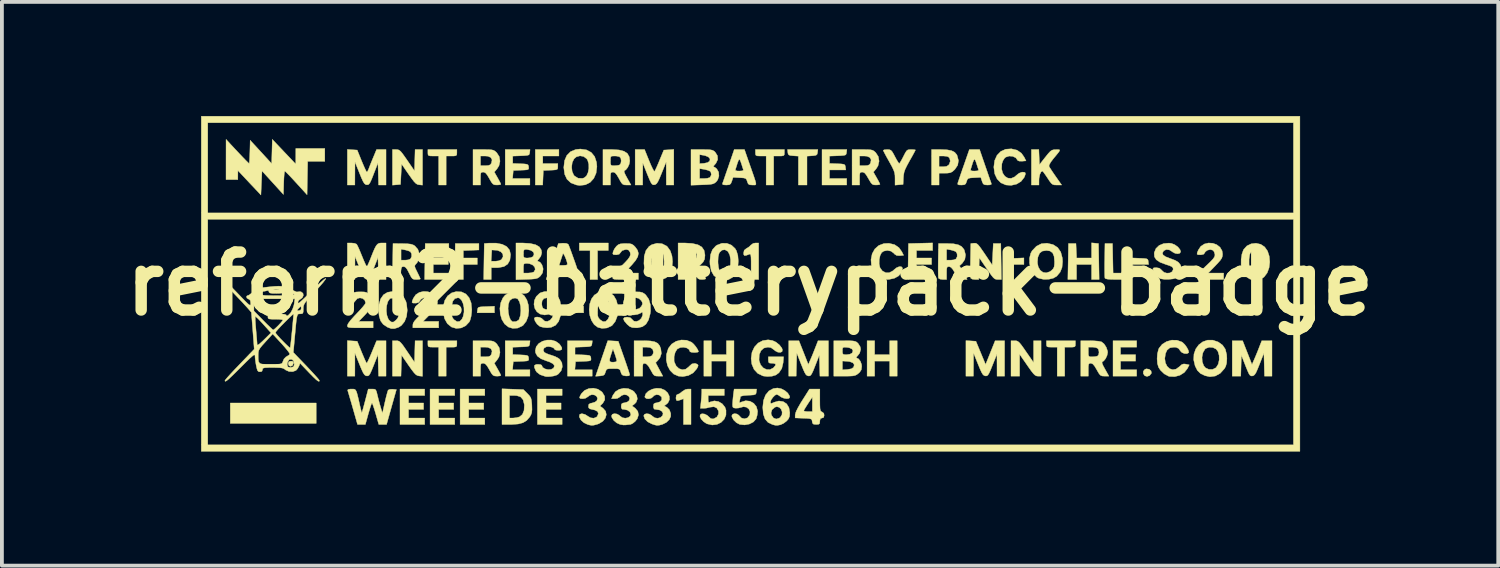
<source format=kicad_pcb>
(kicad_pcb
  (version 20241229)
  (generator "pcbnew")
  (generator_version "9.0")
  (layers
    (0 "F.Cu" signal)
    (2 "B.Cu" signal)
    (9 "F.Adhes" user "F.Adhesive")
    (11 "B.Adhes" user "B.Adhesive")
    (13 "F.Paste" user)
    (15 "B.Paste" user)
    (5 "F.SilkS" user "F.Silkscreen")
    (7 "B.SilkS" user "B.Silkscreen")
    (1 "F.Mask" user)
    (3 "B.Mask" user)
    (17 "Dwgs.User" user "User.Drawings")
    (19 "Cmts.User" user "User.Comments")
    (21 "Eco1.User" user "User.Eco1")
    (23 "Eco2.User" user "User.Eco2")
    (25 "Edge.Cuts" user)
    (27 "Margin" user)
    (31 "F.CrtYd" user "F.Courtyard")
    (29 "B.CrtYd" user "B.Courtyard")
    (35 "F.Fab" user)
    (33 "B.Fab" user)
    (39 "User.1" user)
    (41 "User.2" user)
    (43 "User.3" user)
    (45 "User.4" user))
  (footprint "reform2-batterypack-badge"
    (layer "F.Cu")
    (at 16.662 4.408)
    (property "Reference" "reform2-batterypack-badge" (at 0 0 0) (layer "F.SilkS") (effects (font (size 1.524 1.524) (thickness 0.3))))
    (attr through_hole)
    (fp_poly (pts (xy -11.402 3.669) (xy -13.66 3.669) (xy -13.66 3.133) (xy -11.402 3.133) (xy -11.402 3.669)) (stroke (width 0.01) (type solid)) (fill yes) (layer "F.SilkS"))
    (fp_poly (pts (xy -3.725 -0.875) (xy -4.008 -0.875) (xy -4.008 -0.113) (xy -4.205 -0.113) (xy -4.205 -0.875) (xy -4.487 -0.875) (xy -4.487 -1.072) (xy -3.725 -1.072) (xy -3.725 -0.875)) (stroke (width 0.01) (type solid)) (fill yes) (layer "F.SilkS"))
    (fp_poly (pts (xy -6.717 0.762) (xy -7.172 0.762) (xy -7.163 0.684) (xy -7.156 0.645) (xy -7.139 0.622) (xy -7.098 0.609) (xy -7.022 0.602) (xy -6.936 0.599) (xy -6.717 0.59) (xy -6.717 0.762)) (stroke (width 0.01) (type solid)) (fill yes) (layer "F.SilkS"))
    (fp_poly (pts (xy -4.374 0.762) (xy -4.83 0.762) (xy -4.821 0.684) (xy -4.814 0.645) (xy -4.796 0.622) (xy -4.756 0.609) (xy -4.68 0.602) (xy -4.593 0.599) (xy -4.374 0.59) (xy -4.374 0.762)) (stroke (width 0.01) (type solid)) (fill yes) (layer "F.SilkS"))
    (fp_poly (pts (xy 7.197 -0.508) (xy 6.741 -0.508) (xy 6.75 -0.586) (xy 6.757 -0.625) (xy 6.775 -0.648) (xy 6.816 -0.661) (xy 6.891 -0.668) (xy 6.978 -0.671) (xy 7.197 -0.68) (xy 7.197 -0.508)) (stroke (width 0.01) (type solid)) (fill yes) (layer "F.SilkS"))
    (fp_poly (pts (xy 10.238 -0.671) (xy 10.348 -0.666) (xy 10.413 -0.659) (xy 10.447 -0.644) (xy 10.461 -0.616) (xy 10.465 -0.586) (xy 10.474 -0.508) (xy 10.019 -0.508) (xy 10.019 -0.68) (xy 10.238 -0.671)) (stroke (width 0.01) (type solid)) (fill yes) (layer "F.SilkS"))
    (fp_poly (pts (xy -12.01 2.041) (xy -11.998 2.078) (xy -12 2.095) (xy -12.026 2.148) (xy -12.073 2.171) (xy -12.116 2.155) (xy -12.133 2.113) (xy -12.136 2.084) (xy -12.117 2.043) (xy -12.063 2.032) (xy -12.01 2.041)) (stroke (width 0.01) (type solid)) (fill yes) (layer "F.SilkS"))
    (fp_poly (pts (xy -7.126 -0.889) (xy -7.535 -0.872) (xy -7.535 -0.677) (xy -7.168 -0.677) (xy -7.168 -0.508) (xy -7.535 -0.508) (xy -7.535 -0.113) (xy -7.762 -0.113) (xy -7.747 -1.058) (xy -7.126 -1.058) (xy -7.126 -0.889)) (stroke (width 0.01) (type solid)) (fill yes) (layer "F.SilkS"))
    (fp_poly (pts (xy 10.488 2.246) (xy 10.537 2.287) (xy 10.549 2.343) (xy 10.546 2.354) (xy 10.5 2.412) (xy 10.434 2.435) (xy 10.373 2.417) (xy 10.334 2.361) (xy 10.336 2.298) (xy 10.376 2.249) (xy 10.416 2.235) (xy 10.488 2.246)) (stroke (width 0.01) (type solid)) (fill yes) (layer "F.SilkS"))
    (fp_poly (pts (xy -8.551 2.935) (xy -8.975 2.935) (xy -8.975 3.133) (xy -8.58 3.133) (xy -8.58 3.302) (xy -8.975 3.302) (xy -8.975 3.528) (xy -8.551 3.528) (xy -8.551 3.697) (xy -9.2 3.697) (xy -9.2 2.766) (xy -8.551 2.766) (xy -8.551 2.935)) (stroke (width 0.01) (type solid)) (fill yes) (layer "F.SilkS"))
    (fp_poly (pts (xy -7.916 -0.889) (xy -8.326 -0.872) (xy -8.326 -0.677) (xy -7.93 -0.677) (xy -7.93 -0.508) (xy -8.326 -0.508) (xy -8.326 -0.282) (xy -7.902 -0.282) (xy -7.902 -0.113) (xy -8.553 -0.113) (xy -8.537 -1.058) (xy -7.916 -1.058) (xy -7.916 -0.889)) (stroke (width 0.01) (type solid)) (fill yes) (layer "F.SilkS"))
    (fp_poly (pts (xy -7.761 2.935) (xy -8.184 2.935) (xy -8.184 3.133) (xy -7.789 3.133) (xy -7.789 3.302) (xy -8.184 3.302) (xy -8.184 3.528) (xy -7.761 3.528) (xy -7.761 3.697) (xy -8.41 3.697) (xy -8.41 2.766) (xy -7.761 2.766) (xy -7.761 2.935)) (stroke (width 0.01) (type solid)) (fill yes) (layer "F.SilkS"))
    (fp_poly (pts (xy -6.971 2.935) (xy -7.394 2.935) (xy -7.394 3.133) (xy -6.999 3.133) (xy -6.999 3.302) (xy -7.394 3.302) (xy -7.394 3.528) (xy -6.971 3.528) (xy -6.971 3.697) (xy -7.62 3.697) (xy -7.62 2.766) (xy -6.971 2.766) (xy -6.971 2.935)) (stroke (width 0.01) (type solid)) (fill yes) (layer "F.SilkS"))
    (fp_poly (pts (xy -4.939 2.935) (xy -5.362 2.935) (xy -5.362 3.133) (xy -4.967 3.133) (xy -4.967 3.302) (xy -5.362 3.302) (xy -5.362 3.528) (xy -4.939 3.528) (xy -4.939 3.697) (xy -5.588 3.697) (xy -5.588 2.766) (xy -4.939 2.766) (xy -4.939 2.935)) (stroke (width 0.01) (type solid)) (fill yes) (layer "F.SilkS"))
    (fp_poly (pts (xy -1.016 1.863) (xy -0.621 1.863) (xy -0.621 1.496) (xy -0.423 1.496) (xy -0.423 2.427) (xy -0.621 2.427) (xy -0.621 2.032) (xy -1.016 2.032) (xy -1.016 2.427) (xy -1.214 2.427) (xy -1.214 1.496) (xy -1.016 1.496) (xy -1.016 1.863)) (stroke (width 0.01) (type solid)) (fill yes) (layer "F.SilkS"))
    (fp_poly (pts (xy 3.274 1.863) (xy 3.669 1.863) (xy 3.669 1.496) (xy 3.866 1.496) (xy 3.866 2.427) (xy 3.669 2.427) (xy 3.669 2.032) (xy 3.274 2.032) (xy 3.274 2.427) (xy 3.076 2.427) (xy 3.076 1.496) (xy 3.274 1.496) (xy 3.274 1.863)) (stroke (width 0.01) (type solid)) (fill yes) (layer "F.SilkS"))
    (fp_poly (pts (xy 4.798 -0.875) (xy 4.374 -0.875) (xy 4.374 -0.677) (xy 4.77 -0.677) (xy 4.77 -0.508) (xy 4.374 -0.508) (xy 4.374 -0.282) (xy 4.798 -0.282) (xy 4.798 -0.113) (xy 4.147 -0.113) (xy 4.163 -1.058) (xy 4.798 -1.074) (xy 4.798 -0.875)) (stroke (width 0.01) (type solid)) (fill yes) (layer "F.SilkS"))
    (fp_poly (pts (xy 9.158 -1.058) (xy 9.174 -0.113) (xy 8.975 -0.113) (xy 8.975 -0.508) (xy 8.58 -0.508) (xy 8.58 -0.113) (xy 8.352 -0.113) (xy 8.368 -1.058) (xy 8.565 -1.058) (xy 8.582 -0.677) (xy 8.975 -0.677) (xy 8.975 -1.076) (xy 9.158 -1.058)) (stroke (width 0.01) (type solid)) (fill yes) (layer "F.SilkS"))
    (fp_poly (pts (xy 10.16 1.665) (xy 9.737 1.665) (xy 9.737 1.863) (xy 10.132 1.863) (xy 10.132 2.032) (xy 9.737 2.032) (xy 9.737 2.258) (xy 10.16 2.258) (xy 10.16 2.427) (xy 9.539 2.427) (xy 9.539 1.496) (xy 10.16 1.496) (xy 10.16 1.665)) (stroke (width 0.01) (type solid)) (fill yes) (layer "F.SilkS"))
    (fp_poly (pts (xy 12.745 -0.305) (xy 12.767 -0.285) (xy 12.806 -0.233) (xy 12.802 -0.188) (xy 12.796 -0.176) (xy 12.748 -0.138) (xy 12.681 -0.117) (xy 12.622 -0.121) (xy 12.607 -0.13) (xy 12.586 -0.186) (xy 12.599 -0.254) (xy 12.639 -0.307) (xy 12.647 -0.312) (xy 12.698 -0.328) (xy 12.745 -0.305)) (stroke (width 0.01) (type solid)) (fill yes) (layer "F.SilkS"))
    (fp_poly (pts (xy -5.024 -3.358) (xy -5.447 -3.358) (xy -5.447 -3.161) (xy -5.052 -3.161) (xy -5.052 -3.078) (xy -5.054 -3.033) (xy -5.069 -3.008) (xy -5.108 -2.995) (xy -5.186 -2.988) (xy -5.242 -2.986) (xy -5.433 -2.977) (xy -5.449 -2.596) (xy -5.644 -2.596) (xy -5.644 -3.528) (xy -5.024 -3.528) (xy -5.024 -3.358)) (stroke (width 0.01) (type solid)) (fill yes) (layer "F.SilkS"))
    (fp_poly (pts (xy -7.705 -3.443) (xy -7.708 -3.393) (xy -7.727 -3.368) (xy -7.776 -3.359) (xy -7.846 -3.358) (xy -7.987 -3.358) (xy -7.987 -2.596) (xy -8.184 -2.596) (xy -8.184 -3.358) (xy -8.326 -3.358) (xy -8.409 -3.36) (xy -8.451 -3.372) (xy -8.465 -3.401) (xy -8.467 -3.443) (xy -8.467 -3.528) (xy -7.705 -3.528) (xy -7.705 -3.443)) (stroke (width 0.01) (type solid)) (fill yes) (layer "F.SilkS"))
    (fp_poly (pts (xy -7.705 1.58) (xy -7.708 1.631) (xy -7.727 1.656) (xy -7.776 1.664) (xy -7.846 1.665) (xy -7.987 1.665) (xy -7.987 2.427) (xy -8.184 2.427) (xy -8.184 1.665) (xy -8.326 1.665) (xy -8.409 1.663) (xy -8.451 1.652) (xy -8.465 1.622) (xy -8.467 1.58) (xy -8.467 1.496) (xy -7.705 1.496) (xy -7.705 1.58)) (stroke (width 0.01) (type solid)) (fill yes) (layer "F.SilkS"))
    (fp_poly (pts (xy -1.552 3.697) (xy -1.75 3.697) (xy -1.75 3.021) (xy -1.822 3.049) (xy -1.897 3.072) (xy -1.935 3.064) (xy -1.947 3.018) (xy -1.947 2.992) (xy -1.935 2.925) (xy -1.904 2.907) (xy -1.855 2.888) (xy -1.796 2.842) (xy -1.79 2.836) (xy -1.703 2.78) (xy -1.636 2.766) (xy -1.552 2.766) (xy -1.552 3.697)) (stroke (width 0.01) (type solid)) (fill yes) (layer "F.SilkS"))
    (fp_poly (pts (xy 0.903 -3.443) (xy 0.9 -3.393) (xy 0.881 -3.368) (xy 0.832 -3.359) (xy 0.762 -3.358) (xy 0.621 -3.358) (xy 0.621 -2.596) (xy 0.423 -2.596) (xy 0.423 -3.358) (xy 0.282 -3.358) (xy 0.199 -3.36) (xy 0.157 -3.372) (xy 0.143 -3.401) (xy 0.141 -3.443) (xy 0.141 -3.528) (xy 0.903 -3.528) (xy 0.903 -3.443)) (stroke (width 0.01) (type solid)) (fill yes) (layer "F.SilkS"))
    (fp_poly (pts (xy 1.773 -3.45) (xy 1.762 -3.403) (xy 1.733 -3.378) (xy 1.671 -3.367) (xy 1.63 -3.364) (xy 1.496 -3.355) (xy 1.496 -2.596) (xy 1.27 -2.596) (xy 1.27 -3.355) (xy 1.136 -3.364) (xy 1.054 -3.372) (xy 1.013 -3.39) (xy 0.996 -3.426) (xy 0.993 -3.45) (xy 0.984 -3.528) (xy 1.782 -3.528) (xy 1.773 -3.45)) (stroke (width 0.01) (type solid)) (fill yes) (layer "F.SilkS"))
    (fp_poly (pts (xy 8.551 1.58) (xy 8.548 1.631) (xy 8.529 1.656) (xy 8.48 1.664) (xy 8.41 1.665) (xy 8.269 1.665) (xy 8.269 2.427) (xy 8.072 2.427) (xy 8.072 1.665) (xy 7.93 1.665) (xy 7.847 1.663) (xy 7.805 1.652) (xy 7.791 1.622) (xy 7.789 1.58) (xy 7.789 1.496) (xy 8.551 1.496) (xy 8.551 1.58)) (stroke (width 0.01) (type solid)) (fill yes) (layer "F.SilkS"))
    (fp_poly (pts (xy 9.533 -0.67) (xy 9.541 -0.282) (xy 9.934 -0.282) (xy 9.934 -0.113) (xy 9.637 -0.113) (xy 9.491 -0.115) (xy 9.395 -0.122) (xy 9.342 -0.135) (xy 9.326 -0.149) (xy 9.321 -0.189) (xy 9.319 -0.275) (xy 9.318 -0.395) (xy 9.318 -0.54) (xy 9.32 -0.622) (xy 9.327 -1.058) (xy 9.525 -1.058) (xy 9.533 -0.67)) (stroke (width 0.01) (type solid)) (fill yes) (layer "F.SilkS"))
    (fp_poly (pts (xy 14.45 4.403) (xy -14.422 4.403) (xy -14.422 -1.693) (xy -14.252 -1.693) (xy -14.252 4.233) (xy 14.28 4.233) (xy 14.28 -1.693) (xy -14.252 -1.693) (xy -14.422 -1.693) (xy -14.422 -4.233) (xy -14.252 -4.233) (xy -14.252 -1.863) (xy 14.28 -1.863) (xy 14.28 -4.233) (xy -14.252 -4.233) (xy -14.422 -4.233) (xy -14.422 -4.403) (xy 14.45 -4.403) (xy 14.45 4.403)) (stroke (width 0.01) (type solid)) (fill yes) (layer "F.SilkS"))
    (fp_poly (pts (xy 0.226 -0.113) (xy 0.028 -0.113) (xy 0.028 -0.455) (xy 0.028 -0.598) (xy 0.025 -0.694) (xy 0.019 -0.75) (xy 0.008 -0.776) (xy -0.009 -0.78) (xy -0.021 -0.776) (xy -0.105 -0.745) (xy -0.149 -0.742) (xy -0.167 -0.769) (xy -0.169 -0.811) (xy -0.154 -0.882) (xy -0.097 -0.927) (xy -0.093 -0.929) (xy -0.023 -0.973) (xy 0.022 -1.018) (xy 0.083 -1.062) (xy 0.143 -1.072) (xy 0.226 -1.072) (xy 0.226 -0.113)) (stroke (width 0.01) (type solid)) (fill yes) (layer "F.SilkS"))
    (fp_poly (pts (xy 2.535 -3.45) (xy 2.528 -3.411) (xy 2.51 -3.387) (xy 2.47 -3.375) (xy 2.394 -3.368) (xy 2.307 -3.364) (xy 2.088 -3.356) (xy 2.088 -3.163) (xy 2.293 -3.155) (xy 2.399 -3.15) (xy 2.46 -3.141) (xy 2.491 -3.124) (xy 2.503 -3.094) (xy 2.507 -3.069) (xy 2.516 -2.992) (xy 2.088 -2.992) (xy 2.088 -2.766) (xy 2.54 -2.766) (xy 2.54 -2.596) (xy 1.891 -2.596) (xy 1.891 -3.528) (xy 2.544 -3.528) (xy 2.535 -3.45)) (stroke (width 0.01) (type solid)) (fill yes) (layer "F.SilkS"))
    (fp_poly (pts (xy 6.999 1.499) (xy 7.036 1.512) (xy 7.075 1.544) (xy 7.124 1.602) (xy 7.191 1.694) (xy 7.252 1.783) (xy 7.451 2.069) (xy 7.451 1.496) (xy 7.648 1.496) (xy 7.648 2.427) (xy 7.565 2.427) (xy 7.527 2.422) (xy 7.49 2.403) (xy 7.446 2.361) (xy 7.389 2.289) (xy 7.311 2.179) (xy 7.283 2.139) (xy 7.084 1.852) (xy 7.084 2.427) (xy 6.858 2.427) (xy 6.858 1.496) (xy 6.956 1.496) (xy 6.999 1.499)) (stroke (width 0.01) (type solid)) (fill yes) (layer "F.SilkS"))
    (fp_poly (pts (xy -9.257 1.499) (xy -9.22 1.512) (xy -9.182 1.545) (xy -9.133 1.603) (xy -9.067 1.697) (xy -9.011 1.779) (xy -8.819 2.061) (xy -8.811 1.779) (xy -8.803 1.496) (xy -8.608 1.496) (xy -8.608 2.431) (xy -8.698 2.422) (xy -8.741 2.412) (xy -8.782 2.388) (xy -8.829 2.34) (xy -8.89 2.262) (xy -8.973 2.145) (xy -9.158 1.877) (xy -9.166 2.152) (xy -9.174 2.427) (xy -9.398 2.427) (xy -9.398 1.496) (xy -9.3 1.496) (xy -9.257 1.499)) (stroke (width 0.01) (type solid)) (fill yes) (layer "F.SilkS"))
    (fp_poly (pts (xy -9.258 -3.525) (xy -9.221 -3.511) (xy -9.181 -3.478) (xy -9.132 -3.418) (xy -9.065 -3.324) (xy -9.012 -3.248) (xy -8.819 -2.968) (xy -8.811 -3.248) (xy -8.803 -3.528) (xy -8.608 -3.528) (xy -8.608 -2.593) (xy -8.698 -2.602) (xy -8.741 -2.611) (xy -8.782 -2.636) (xy -8.829 -2.683) (xy -8.89 -2.762) (xy -8.973 -2.879) (xy -9.158 -3.147) (xy -9.172 -2.879) (xy -9.186 -2.611) (xy -9.292 -2.602) (xy -9.398 -2.593) (xy -9.398 -3.528) (xy -9.301 -3.528) (xy -9.258 -3.525)) (stroke (width 0.01) (type solid)) (fill yes) (layer "F.SilkS"))
    (fp_poly (pts (xy -5.791 -3.45) (xy -5.798 -3.411) (xy -5.815 -3.387) (xy -5.856 -3.375) (xy -5.932 -3.368) (xy -6.018 -3.364) (xy -6.237 -3.356) (xy -6.237 -3.163) (xy -6.032 -3.155) (xy -5.927 -3.15) (xy -5.865 -3.141) (xy -5.834 -3.124) (xy -5.822 -3.094) (xy -5.819 -3.07) (xy -5.817 -3.031) (xy -5.828 -3.008) (xy -5.865 -2.995) (xy -5.94 -2.989) (xy -6.017 -2.986) (xy -6.223 -2.977) (xy -6.241 -2.766) (xy -5.786 -2.766) (xy -5.786 -2.596) (xy -6.435 -2.596) (xy -6.435 -3.528) (xy -5.782 -3.528) (xy -5.791 -3.45)) (stroke (width 0.01) (type solid)) (fill yes) (layer "F.SilkS"))
    (fp_poly (pts (xy 5.936 1.51) (xy 6.063 1.816) (xy 6.19 2.122) (xy 6.441 1.496) (xy 6.689 1.496) (xy 6.689 2.427) (xy 6.491 2.427) (xy 6.49 2.138) (xy 6.488 1.849) (xy 6.371 2.139) (xy 6.32 2.266) (xy 6.282 2.349) (xy 6.252 2.397) (xy 6.225 2.419) (xy 6.195 2.422) (xy 6.184 2.421) (xy 6.15 2.411) (xy 6.119 2.384) (xy 6.086 2.331) (xy 6.045 2.242) (xy 5.993 2.117) (xy 5.873 1.82) (xy 5.872 2.124) (xy 5.87 2.427) (xy 5.673 2.427) (xy 5.673 1.493) (xy 5.936 1.51)) (stroke (width 0.01) (type solid)) (fill yes) (layer "F.SilkS"))
    (fp_poly (pts (xy -5.791 1.573) (xy -5.798 1.612) (xy -5.815 1.636) (xy -5.856 1.649) (xy -5.932 1.656) (xy -6.018 1.659) (xy -6.237 1.667) (xy -6.237 1.86) (xy -6.032 1.868) (xy -5.927 1.874) (xy -5.865 1.882) (xy -5.834 1.899) (xy -5.822 1.93) (xy -5.819 1.953) (xy -5.817 1.992) (xy -5.828 2.016) (xy -5.865 2.028) (xy -5.94 2.034) (xy -6.017 2.038) (xy -6.223 2.046) (xy -6.232 2.152) (xy -6.241 2.258) (xy -5.786 2.258) (xy -5.786 2.427) (xy -6.435 2.427) (xy -6.435 1.496) (xy -5.782 1.496) (xy -5.791 1.573)) (stroke (width 0.01) (type solid)) (fill yes) (layer "F.SilkS"))
    (fp_poly (pts (xy -4.154 1.573) (xy -4.161 1.612) (xy -4.178 1.636) (xy -4.219 1.649) (xy -4.295 1.656) (xy -4.381 1.659) (xy -4.6 1.667) (xy -4.6 1.86) (xy -4.396 1.868) (xy -4.29 1.874) (xy -4.228 1.882) (xy -4.198 1.899) (xy -4.185 1.93) (xy -4.182 1.953) (xy -4.18 1.992) (xy -4.191 2.016) (xy -4.229 2.028) (xy -4.303 2.034) (xy -4.38 2.038) (xy -4.586 2.046) (xy -4.595 2.152) (xy -4.604 2.258) (xy -4.149 2.258) (xy -4.149 2.427) (xy -4.798 2.427) (xy -4.798 1.496) (xy -4.145 1.496) (xy -4.154 1.573)) (stroke (width 0.01) (type solid)) (fill yes) (layer "F.SilkS"))
    (fp_poly (pts (xy 5.957 -1.055) (xy 5.995 -1.023) (xy 6.043 -0.964) (xy 6.11 -0.869) (xy 6.168 -0.785) (xy 6.364 -0.494) (xy 6.392 -1.058) (xy 6.59 -1.058) (xy 6.605 -0.113) (xy 6.51 -0.113) (xy 6.468 -0.116) (xy 6.431 -0.13) (xy 6.392 -0.163) (xy 6.342 -0.224) (xy 6.275 -0.318) (xy 6.22 -0.398) (xy 6.025 -0.683) (xy 6.009 -0.113) (xy 5.911 -0.113) (xy 5.841 -0.122) (xy 5.8 -0.146) (xy 5.798 -0.149) (xy 5.794 -0.189) (xy 5.791 -0.275) (xy 5.79 -0.395) (xy 5.791 -0.54) (xy 5.792 -0.622) (xy 5.8 -1.058) (xy 5.885 -1.067) (xy 5.923 -1.067) (xy 5.957 -1.055)) (stroke (width 0.01) (type solid)) (fill yes) (layer "F.SilkS"))
    (fp_poly (pts (xy 13.068 1.809) (xy 13.191 2.122) (xy 13.251 1.985) (xy 13.295 1.882) (xy 13.346 1.757) (xy 13.379 1.672) (xy 13.448 1.496) (xy 13.716 1.496) (xy 13.716 2.427) (xy 13.52 2.427) (xy 13.512 2.124) (xy 13.504 1.822) (xy 13.388 2.117) (xy 13.335 2.248) (xy 13.296 2.335) (xy 13.263 2.386) (xy 13.233 2.412) (xy 13.201 2.422) (xy 13.167 2.422) (xy 13.14 2.406) (xy 13.111 2.366) (xy 13.077 2.292) (xy 13.029 2.176) (xy 13.021 2.154) (xy 12.912 1.878) (xy 12.904 2.153) (xy 12.896 2.427) (xy 12.672 2.427) (xy 12.672 1.496) (xy 12.945 1.496) (xy 13.068 1.809)) (stroke (width 0.01) (type solid)) (fill yes) (layer "F.SilkS"))
    (fp_poly (pts (xy -6.514 -1.038) (xy -6.395 -0.977) (xy -6.321 -0.887) (xy -6.294 -0.77) (xy -6.294 -0.763) (xy -6.312 -0.62) (xy -6.37 -0.518) (xy -6.467 -0.453) (xy -6.608 -0.425) (xy -6.662 -0.423) (xy -6.802 -0.423) (xy -6.802 -0.113) (xy -7 -0.113) (xy -6.993 -0.593) (xy -6.805 -0.593) (xy -6.692 -0.593) (xy -6.603 -0.604) (xy -6.54 -0.633) (xy -6.535 -0.637) (xy -6.492 -0.71) (xy -6.498 -0.782) (xy -6.548 -0.841) (xy -6.634 -0.877) (xy -6.675 -0.882) (xy -6.787 -0.889) (xy -6.796 -0.741) (xy -6.805 -0.593) (xy -6.993 -0.593) (xy -6.985 -1.058) (xy -6.872 -1.068) (xy -6.674 -1.069) (xy -6.514 -1.038)) (stroke (width 0.01) (type solid)) (fill yes) (layer "F.SilkS"))
    (fp_poly (pts (xy -2.004 -2.596) (xy -2.201 -2.596) (xy -2.204 -3.203) (xy -2.324 -2.907) (xy -2.378 -2.776) (xy -2.419 -2.689) (xy -2.452 -2.637) (xy -2.483 -2.611) (xy -2.515 -2.602) (xy -2.548 -2.602) (xy -2.575 -2.617) (xy -2.603 -2.656) (xy -2.638 -2.728) (xy -2.685 -2.841) (xy -2.703 -2.884) (xy -2.819 -3.175) (xy -2.822 -2.596) (xy -3.02 -2.596) (xy -3.02 -3.528) (xy -2.772 -3.528) (xy -2.652 -3.23) (xy -2.603 -3.114) (xy -2.56 -3.024) (xy -2.527 -2.967) (xy -2.51 -2.954) (xy -2.491 -2.989) (xy -2.456 -3.063) (xy -2.411 -3.166) (xy -2.378 -3.246) (xy -2.267 -3.514) (xy -2.135 -3.522) (xy -2.004 -3.531) (xy -2.004 -2.596)) (stroke (width 0.01) (type solid)) (fill yes) (layer "F.SilkS"))
    (fp_poly (pts (xy 2.06 2.427) (xy 1.836 2.427) (xy 1.828 2.153) (xy 1.82 1.878) (xy 1.711 2.154) (xy 1.662 2.278) (xy 1.625 2.357) (xy 1.596 2.402) (xy 1.569 2.42) (xy 1.537 2.422) (xy 1.531 2.422) (xy 1.498 2.412) (xy 1.467 2.385) (xy 1.435 2.332) (xy 1.395 2.243) (xy 1.344 2.117) (xy 1.228 1.822) (xy 1.22 2.124) (xy 1.212 2.427) (xy 1.016 2.427) (xy 1.016 1.496) (xy 1.15 1.496) (xy 1.284 1.496) (xy 1.408 1.809) (xy 1.531 2.121) (xy 1.579 2.013) (xy 1.614 1.932) (xy 1.659 1.822) (xy 1.705 1.705) (xy 1.707 1.7) (xy 1.787 1.496) (xy 2.06 1.496) (xy 2.06 2.427)) (stroke (width 0.01) (type solid)) (fill yes) (layer "F.SilkS"))
    (fp_poly (pts (xy -10.324 -3.514) (xy -10.207 -3.225) (xy -10.158 -3.109) (xy -10.116 -3.015) (xy -10.085 -2.954) (xy -10.071 -2.935) (xy -10.05 -2.959) (xy -10.025 -3.013) (xy -10.002 -3.075) (xy -9.964 -3.171) (xy -9.918 -3.283) (xy -9.907 -3.309) (xy -9.816 -3.528) (xy -9.567 -3.528) (xy -9.567 -2.596) (xy -9.763 -2.596) (xy -9.779 -3.175) (xy -9.892 -2.885) (xy -9.942 -2.757) (xy -9.979 -2.674) (xy -10.008 -2.627) (xy -10.035 -2.605) (xy -10.065 -2.602) (xy -10.075 -2.602) (xy -10.109 -2.612) (xy -10.139 -2.639) (xy -10.172 -2.693) (xy -10.213 -2.782) (xy -10.264 -2.907) (xy -10.383 -3.203) (xy -10.386 -2.596) (xy -10.583 -2.596) (xy -10.583 -3.531) (xy -10.324 -3.514)) (stroke (width 0.01) (type solid)) (fill yes) (layer "F.SilkS"))
    (fp_poly (pts (xy -10.324 1.51) (xy -10.207 1.799) (xy -10.158 1.915) (xy -10.117 2.009) (xy -10.087 2.07) (xy -10.074 2.088) (xy -10.058 2.064) (xy -10.026 1.997) (xy -9.982 1.9) (xy -9.937 1.792) (xy -9.815 1.496) (xy -9.567 1.496) (xy -9.567 2.427) (xy -9.763 2.427) (xy -9.771 2.143) (xy -9.779 1.859) (xy -9.892 2.144) (xy -9.943 2.27) (xy -9.98 2.351) (xy -10.009 2.398) (xy -10.036 2.418) (xy -10.067 2.422) (xy -10.075 2.421) (xy -10.109 2.411) (xy -10.139 2.384) (xy -10.172 2.331) (xy -10.213 2.242) (xy -10.265 2.117) (xy -10.385 1.82) (xy -10.385 2.124) (xy -10.386 2.427) (xy -10.583 2.427) (xy -10.583 1.493) (xy -10.324 1.51)) (stroke (width 0.01) (type solid)) (fill yes) (layer "F.SilkS"))
    (fp_poly (pts (xy 5.177 -3.521) (xy 5.297 -3.498) (xy 5.379 -3.455) (xy 5.433 -3.391) (xy 5.441 -3.373) (xy 5.477 -3.24) (xy 5.457 -3.117) (xy 5.382 -3.006) (xy 5.379 -3.003) (xy 5.316 -2.946) (xy 5.259 -2.918) (xy 5.181 -2.908) (xy 5.125 -2.907) (xy 4.967 -2.907) (xy 4.967 -2.596) (xy 4.77 -2.596) (xy 4.77 -3.076) (xy 4.967 -3.076) (xy 5.079 -3.076) (xy 5.165 -3.086) (xy 5.218 -3.121) (xy 5.235 -3.143) (xy 5.262 -3.224) (xy 5.244 -3.3) (xy 5.209 -3.337) (xy 5.163 -3.351) (xy 5.087 -3.358) (xy 5.073 -3.358) (xy 4.967 -3.358) (xy 4.967 -3.076) (xy 4.77 -3.076) (xy 4.77 -3.528) (xy 5.011 -3.528) (xy 5.177 -3.521)) (stroke (width 0.01) (type solid)) (fill yes) (layer "F.SilkS"))
    (fp_poly (pts (xy -6.238 2.77) (xy -5.956 2.78) (xy -5.85 2.886) (xy -5.795 2.945) (xy -5.762 2.997) (xy -5.745 3.061) (xy -5.736 3.156) (xy -5.734 3.196) (xy -5.731 3.31) (xy -5.739 3.387) (xy -5.76 3.448) (xy -5.791 3.5) (xy -5.87 3.591) (xy -5.967 3.651) (xy -6.095 3.685) (xy -6.264 3.697) (xy -6.287 3.697) (xy -6.519 3.697) (xy -6.519 2.935) (xy -6.322 2.935) (xy -6.322 3.528) (xy -6.224 3.528) (xy -6.134 3.518) (xy -6.057 3.496) (xy -5.982 3.432) (xy -5.94 3.328) (xy -5.932 3.192) (xy -5.934 3.169) (xy -5.965 3.049) (xy -6.027 2.975) (xy -6.128 2.94) (xy -6.198 2.935) (xy -6.322 2.935) (xy -6.519 2.935) (xy -6.519 2.76) (xy -6.238 2.77)) (stroke (width 0.01) (type solid)) (fill yes) (layer "F.SilkS"))
    (fp_poly (pts (xy -8.471 0.207) (xy -8.366 0.244) (xy -8.281 0.308) (xy -8.226 0.399) (xy -8.213 0.483) (xy -8.223 0.549) (xy -8.258 0.62) (xy -8.324 0.707) (xy -8.428 0.82) (xy -8.434 0.826) (xy -8.592 0.988) (xy -8.184 0.988) (xy -8.184 1.157) (xy -8.862 1.157) (xy -8.862 1.079) (xy -8.853 1.034) (xy -8.82 0.98) (xy -8.757 0.908) (xy -8.658 0.81) (xy -8.636 0.79) (xy -8.518 0.671) (xy -8.443 0.579) (xy -8.409 0.506) (xy -8.412 0.446) (xy -8.444 0.401) (xy -8.512 0.367) (xy -8.59 0.372) (xy -8.653 0.412) (xy -8.669 0.437) (xy -8.708 0.489) (xy -8.773 0.507) (xy -8.796 0.508) (xy -8.859 0.506) (xy -8.884 0.491) (xy -8.877 0.449) (xy -8.85 0.382) (xy -8.785 0.287) (xy -8.692 0.227) (xy -8.584 0.201) (xy -8.471 0.207)) (stroke (width 0.01) (type solid)) (fill yes) (layer "F.SilkS"))
    (fp_poly (pts (xy 7.606 -3.132) (xy 7.761 -3.329) (xy 7.837 -3.423) (xy 7.891 -3.481) (xy 7.936 -3.511) (xy 7.983 -3.524) (xy 8.04 -3.526) (xy 8.096 -3.527) (xy 8.13 -3.523) (xy 8.138 -3.507) (xy 8.119 -3.47) (xy 8.069 -3.407) (xy 7.987 -3.308) (xy 7.964 -3.28) (xy 7.901 -3.196) (xy 7.863 -3.127) (xy 7.856 -3.09) (xy 7.878 -3.051) (xy 7.925 -2.977) (xy 7.989 -2.882) (xy 8.03 -2.823) (xy 8.189 -2.596) (xy 8.063 -2.596) (xy 7.998 -2.598) (xy 7.953 -2.611) (xy 7.913 -2.644) (xy 7.865 -2.708) (xy 7.818 -2.78) (xy 7.759 -2.867) (xy 7.713 -2.931) (xy 7.686 -2.962) (xy 7.683 -2.963) (xy 7.646 -2.938) (xy 7.615 -2.872) (xy 7.596 -2.781) (xy 7.593 -2.731) (xy 7.592 -2.596) (xy 7.394 -2.596) (xy 7.394 -3.528) (xy 7.589 -3.528) (xy 7.606 -3.132)) (stroke (width 0.01) (type solid)) (fill yes) (layer "F.SilkS"))
    (fp_poly (pts (xy -2.622 1.502) (xy -2.506 1.524) (xy -2.426 1.565) (xy -2.375 1.631) (xy -2.346 1.708) (xy -2.331 1.833) (xy -2.366 1.939) (xy -2.415 2.004) (xy -2.481 2.074) (xy -2.292 2.427) (xy -2.409 2.427) (xy -2.473 2.424) (xy -2.517 2.409) (xy -2.553 2.369) (xy -2.596 2.293) (xy -2.611 2.265) (xy -2.673 2.161) (xy -2.726 2.106) (xy -2.759 2.094) (xy -2.794 2.093) (xy -2.813 2.111) (xy -2.821 2.16) (xy -2.822 2.253) (xy -2.822 2.427) (xy -3.048 2.427) (xy -3.048 1.665) (xy -2.822 1.665) (xy -2.822 1.919) (xy -2.715 1.919) (xy -2.636 1.911) (xy -2.58 1.89) (xy -2.574 1.885) (xy -2.546 1.83) (xy -2.54 1.792) (xy -2.56 1.718) (xy -2.624 1.676) (xy -2.715 1.665) (xy -2.822 1.665) (xy -3.048 1.665) (xy -3.048 1.496) (xy -2.784 1.496) (xy -2.622 1.502)) (stroke (width 0.01) (type solid)) (fill yes) (layer "F.SilkS"))
    (fp_poly (pts (xy 12.161 -1.065) (xy 12.265 -1.027) (xy 12.35 -0.961) (xy 12.405 -0.867) (xy 12.418 -0.782) (xy 12.413 -0.725) (xy 12.396 -0.674) (xy 12.357 -0.616) (xy 12.289 -0.539) (xy 12.23 -0.477) (xy 12.042 -0.282) (xy 12.446 -0.282) (xy 12.446 -0.113) (xy 11.769 -0.113) (xy 11.769 -0.19) (xy 11.778 -0.236) (xy 11.811 -0.291) (xy 11.875 -0.363) (xy 11.974 -0.461) (xy 11.997 -0.482) (xy 12.099 -0.58) (xy 12.165 -0.65) (xy 12.201 -0.701) (xy 12.216 -0.743) (xy 12.216 -0.775) (xy 12.194 -0.844) (xy 12.161 -0.883) (xy 12.092 -0.9) (xy 12.018 -0.882) (xy 11.962 -0.839) (xy 11.952 -0.818) (xy 11.921 -0.777) (xy 11.855 -0.762) (xy 11.837 -0.762) (xy 11.773 -0.764) (xy 11.747 -0.779) (xy 11.753 -0.821) (xy 11.781 -0.888) (xy 11.846 -0.985) (xy 11.94 -1.046) (xy 12.048 -1.072) (xy 12.161 -1.065)) (stroke (width 0.01) (type solid)) (fill yes) (layer "F.SilkS"))
    (fp_poly (pts (xy -7.582 0.213) (xy -7.468 0.268) (xy -7.383 0.367) (xy -7.33 0.504) (xy -7.313 0.677) (xy -7.317 0.748) (xy -7.331 0.856) (xy -7.355 0.95) (xy -7.377 1.001) (xy -7.473 1.103) (xy -7.592 1.161) (xy -7.722 1.173) (xy -7.845 1.137) (xy -7.954 1.049) (xy -8.028 0.918) (xy -8.062 0.765) (xy -8.063 0.679) (xy -7.846 0.679) (xy -7.843 0.789) (xy -7.833 0.859) (xy -7.809 0.909) (xy -7.777 0.946) (xy -7.702 0.995) (xy -7.632 0.989) (xy -7.573 0.93) (xy -7.54 0.858) (xy -7.517 0.744) (xy -7.519 0.625) (xy -7.543 0.516) (xy -7.584 0.428) (xy -7.64 0.376) (xy -7.677 0.367) (xy -7.758 0.389) (xy -7.811 0.455) (xy -7.84 0.569) (xy -7.846 0.679) (xy -8.063 0.679) (xy -8.063 0.589) (xy -8.024 0.438) (xy -7.949 0.319) (xy -7.842 0.239) (xy -7.723 0.205) (xy -7.582 0.213)) (stroke (width 0.01) (type solid)) (fill yes) (layer "F.SilkS"))
    (fp_poly (pts (xy -4.299 -3.519) (xy -4.174 -3.452) (xy -4.085 -3.344) (xy -4.036 -3.197) (xy -4.025 -3.08) (xy -4.046 -2.909) (xy -4.108 -2.769) (xy -4.204 -2.664) (xy -4.329 -2.601) (xy -4.477 -2.584) (xy -4.564 -2.597) (xy -4.708 -2.652) (xy -4.81 -2.746) (xy -4.872 -2.878) (xy -4.895 -3.051) (xy -4.895 -3.062) (xy -4.894 -3.071) (xy -4.689 -3.071) (xy -4.676 -2.953) (xy -4.634 -2.857) (xy -4.616 -2.835) (xy -4.52 -2.776) (xy -4.41 -2.77) (xy -4.362 -2.783) (xy -4.3 -2.834) (xy -4.258 -2.923) (xy -4.237 -3.032) (xy -4.239 -3.144) (xy -4.268 -3.245) (xy -4.292 -3.284) (xy -4.372 -3.345) (xy -4.469 -3.363) (xy -4.564 -3.337) (xy -4.626 -3.284) (xy -4.673 -3.188) (xy -4.689 -3.071) (xy -4.894 -3.071) (xy -4.875 -3.237) (xy -4.815 -3.375) (xy -4.717 -3.473) (xy -4.582 -3.529) (xy -4.459 -3.542) (xy -4.299 -3.519)) (stroke (width 0.01) (type solid)) (fill yes) (layer "F.SilkS"))
    (fp_poly (pts (xy 3.799 -1.028) (xy 3.914 -0.948) (xy 3.987 -0.845) (xy 4.036 -0.748) (xy 3.936 -0.739) (xy 3.855 -0.743) (xy 3.798 -0.779) (xy 3.778 -0.803) (xy 3.703 -0.858) (xy 3.608 -0.877) (xy 3.515 -0.859) (xy 3.458 -0.82) (xy 3.418 -0.743) (xy 3.395 -0.637) (xy 3.393 -0.523) (xy 3.413 -0.427) (xy 3.476 -0.338) (xy 3.563 -0.293) (xy 3.661 -0.293) (xy 3.756 -0.342) (xy 3.782 -0.367) (xy 3.85 -0.422) (xy 3.919 -0.45) (xy 3.976 -0.449) (xy 4.005 -0.417) (xy 4.007 -0.402) (xy 3.978 -0.295) (xy 3.904 -0.207) (xy 3.792 -0.145) (xy 3.651 -0.115) (xy 3.605 -0.113) (xy 3.506 -0.117) (xy 3.438 -0.135) (xy 3.375 -0.176) (xy 3.332 -0.213) (xy 3.253 -0.298) (xy 3.209 -0.39) (xy 3.191 -0.46) (xy 3.178 -0.635) (xy 3.209 -0.789) (xy 3.279 -0.915) (xy 3.383 -1.007) (xy 3.516 -1.057) (xy 3.65 -1.064) (xy 3.799 -1.028)) (stroke (width 0.01) (type solid)) (fill yes) (layer "F.SilkS"))
    (fp_poly (pts (xy 7.016 -3.512) (xy 7.131 -3.432) (xy 7.204 -3.328) (xy 7.253 -3.231) (xy 7.148 -3.222) (xy 7.076 -3.224) (xy 7.035 -3.239) (xy 7.033 -3.244) (xy 6.984 -3.311) (xy 6.903 -3.35) (xy 6.81 -3.357) (xy 6.722 -3.329) (xy 6.69 -3.304) (xy 6.647 -3.238) (xy 6.617 -3.153) (xy 6.617 -3.149) (xy 6.611 -3.018) (xy 6.64 -2.908) (xy 6.697 -2.826) (xy 6.773 -2.778) (xy 6.86 -2.77) (xy 6.951 -2.808) (xy 6.999 -2.85) (xy 7.069 -2.905) (xy 7.145 -2.934) (xy 7.208 -2.933) (xy 7.236 -2.912) (xy 7.234 -2.873) (xy 7.21 -2.809) (xy 7.202 -2.793) (xy 7.12 -2.689) (xy 7.003 -2.619) (xy 6.863 -2.587) (xy 6.722 -2.597) (xy 6.593 -2.653) (xy 6.494 -2.753) (xy 6.43 -2.889) (xy 6.407 -3.057) (xy 6.406 -3.068) (xy 6.428 -3.239) (xy 6.49 -3.377) (xy 6.588 -3.478) (xy 6.716 -3.536) (xy 6.867 -3.547) (xy 7.016 -3.512)) (stroke (width 0.01) (type solid)) (fill yes) (layer "F.SilkS"))
    (fp_poly (pts (xy 12.161 1.481) (xy 12.303 1.529) (xy 12.417 1.611) (xy 12.49 1.718) (xy 12.525 1.86) (xy 12.531 1.964) (xy 12.524 2.083) (xy 12.5 2.17) (xy 12.467 2.23) (xy 12.356 2.353) (xy 12.227 2.424) (xy 12.085 2.443) (xy 11.957 2.415) (xy 11.838 2.358) (xy 11.757 2.279) (xy 11.697 2.161) (xy 11.695 2.155) (xy 11.658 1.996) (xy 11.662 1.93) (xy 11.877 1.93) (xy 11.884 2.049) (xy 11.922 2.153) (xy 11.967 2.208) (xy 12.058 2.25) (xy 12.157 2.25) (xy 12.241 2.208) (xy 12.248 2.202) (xy 12.303 2.114) (xy 12.329 2.002) (xy 12.327 1.884) (xy 12.297 1.78) (xy 12.247 1.715) (xy 12.162 1.674) (xy 12.065 1.668) (xy 11.98 1.698) (xy 11.954 1.719) (xy 11.9 1.814) (xy 11.877 1.93) (xy 11.662 1.93) (xy 11.666 1.846) (xy 11.713 1.713) (xy 11.793 1.603) (xy 11.898 1.524) (xy 12.023 1.481) (xy 12.161 1.481)) (stroke (width 0.01) (type solid)) (fill yes) (layer "F.SilkS"))
    (fp_poly (pts (xy -10.396 -1.064) (xy -10.343 -1.043) (xy -10.337 -1.037) (xy -10.315 -0.997) (xy -10.278 -0.918) (xy -10.233 -0.811) (xy -10.199 -0.727) (xy -10.152 -0.614) (xy -10.112 -0.523) (xy -10.084 -0.466) (xy -10.073 -0.452) (xy -10.055 -0.476) (xy -10.025 -0.541) (xy -9.986 -0.632) (xy -9.977 -0.656) (xy -9.915 -0.813) (xy -9.867 -0.925) (xy -9.827 -0.999) (xy -9.79 -1.043) (xy -9.75 -1.065) (xy -9.702 -1.072) (xy -9.68 -1.072) (xy -9.567 -1.072) (xy -9.567 -0.113) (xy -9.763 -0.113) (xy -9.771 -0.402) (xy -9.779 -0.691) (xy -9.892 -0.401) (xy -9.942 -0.274) (xy -9.979 -0.191) (xy -10.008 -0.143) (xy -10.035 -0.122) (xy -10.065 -0.118) (xy -10.074 -0.119) (xy -10.107 -0.129) (xy -10.138 -0.158) (xy -10.172 -0.214) (xy -10.214 -0.305) (xy -10.263 -0.423) (xy -10.383 -0.72) (xy -10.384 -0.416) (xy -10.386 -0.113) (xy -10.583 -0.113) (xy -10.583 -1.072) (xy -10.474 -1.072) (xy -10.396 -1.064)) (stroke (width 0.01) (type solid)) (fill yes) (layer "F.SilkS"))
    (fp_poly (pts (xy -10.145 0.214) (xy -10.082 0.227) (xy -10.034 0.257) (xy -9.988 0.304) (xy -9.929 0.385) (xy -9.905 0.463) (xy -9.918 0.546) (xy -9.971 0.642) (xy -10.067 0.759) (xy -10.142 0.84) (xy -10.285 0.988) (xy -9.906 0.988) (xy -9.906 1.157) (xy -10.245 1.157) (xy -10.387 1.157) (xy -10.483 1.154) (xy -10.541 1.148) (xy -10.571 1.136) (xy -10.582 1.118) (xy -10.583 1.095) (xy -10.562 1.044) (xy -10.5 0.96) (xy -10.401 0.849) (xy -10.343 0.789) (xy -10.251 0.691) (xy -10.174 0.604) (xy -10.123 0.539) (xy -10.104 0.503) (xy -10.104 0.503) (xy -10.126 0.431) (xy -10.182 0.385) (xy -10.254 0.37) (xy -10.323 0.389) (xy -10.371 0.445) (xy -10.411 0.493) (xy -10.483 0.508) (xy -10.491 0.508) (xy -10.561 0.493) (xy -10.584 0.45) (xy -10.559 0.38) (xy -10.501 0.304) (xy -10.45 0.252) (xy -10.401 0.225) (xy -10.335 0.214) (xy -10.245 0.212) (xy -10.145 0.214)) (stroke (width 0.01) (type solid)) (fill yes) (layer "F.SilkS"))
    (fp_poly (pts (xy -6.057 0.228) (xy -6.031 0.239) (xy -5.934 0.314) (xy -5.865 0.426) (xy -5.825 0.561) (xy -5.814 0.708) (xy -5.832 0.853) (xy -5.881 0.984) (xy -5.961 1.088) (xy -5.984 1.106) (xy -6.106 1.164) (xy -6.239 1.172) (xy -6.35 1.137) (xy -6.451 1.056) (xy -6.523 0.938) (xy -6.564 0.798) (xy -6.575 0.649) (xy -6.36 0.649) (xy -6.351 0.764) (xy -6.328 0.869) (xy -6.293 0.95) (xy -6.248 0.993) (xy -6.241 0.995) (xy -6.153 0.994) (xy -6.085 0.956) (xy -6.07 0.935) (xy -6.036 0.832) (xy -6.024 0.709) (xy -6.032 0.585) (xy -6.059 0.476) (xy -6.104 0.401) (xy -6.11 0.395) (xy -6.175 0.374) (xy -6.25 0.39) (xy -6.312 0.437) (xy -6.323 0.454) (xy -6.351 0.541) (xy -6.36 0.649) (xy -6.575 0.649) (xy -6.575 0.648) (xy -6.553 0.501) (xy -6.496 0.371) (xy -6.438 0.3) (xy -6.324 0.227) (xy -6.192 0.203) (xy -6.057 0.228)) (stroke (width 0.01) (type solid)) (fill yes) (layer "F.SilkS"))
    (fp_poly (pts (xy -3.722 0.218) (xy -3.671 0.239) (xy -3.58 0.316) (xy -3.515 0.429) (xy -3.479 0.566) (xy -3.471 0.714) (xy -3.492 0.859) (xy -3.542 0.989) (xy -3.621 1.09) (xy -3.641 1.106) (xy -3.759 1.161) (xy -3.891 1.172) (xy -4 1.145) (xy -4.097 1.072) (xy -4.168 0.962) (xy -4.213 0.826) (xy -4.219 0.77) (xy -4.007 0.77) (xy -4.003 0.841) (xy -3.987 0.888) (xy -3.956 0.928) (xy -3.942 0.943) (xy -3.865 0.994) (xy -3.795 0.99) (xy -3.736 0.932) (xy -3.702 0.858) (xy -3.679 0.744) (xy -3.68 0.626) (xy -3.702 0.516) (xy -3.742 0.429) (xy -3.796 0.376) (xy -3.833 0.367) (xy -3.907 0.381) (xy -3.957 0.427) (xy -3.987 0.514) (xy -4.002 0.647) (xy -4.003 0.659) (xy -4.007 0.77) (xy -4.219 0.77) (xy -4.228 0.679) (xy -4.214 0.532) (xy -4.168 0.399) (xy -4.093 0.297) (xy -3.984 0.229) (xy -3.854 0.201) (xy -3.722 0.218)) (stroke (width 0.01) (type solid)) (fill yes) (layer "F.SilkS"))
    (fp_poly (pts (xy -2.313 -1.053) (xy -2.196 -0.994) (xy -2.173 -0.974) (xy -2.097 -0.867) (xy -2.052 -0.732) (xy -2.037 -0.583) (xy -2.052 -0.434) (xy -2.096 -0.299) (xy -2.167 -0.192) (xy -2.213 -0.154) (xy -2.339 -0.102) (xy -2.472 -0.101) (xy -2.566 -0.133) (xy -2.672 -0.205) (xy -2.74 -0.298) (xy -2.777 -0.423) (xy -2.789 -0.533) (xy -2.786 -0.61) (xy -2.585 -0.61) (xy -2.579 -0.497) (xy -2.555 -0.393) (xy -2.514 -0.311) (xy -2.454 -0.262) (xy -2.419 -0.255) (xy -2.386 -0.272) (xy -2.334 -0.316) (xy -2.327 -0.323) (xy -2.29 -0.368) (xy -2.269 -0.419) (xy -2.26 -0.495) (xy -2.258 -0.591) (xy -2.27 -0.74) (xy -2.306 -0.84) (xy -2.367 -0.893) (xy -2.426 -0.903) (xy -2.494 -0.879) (xy -2.543 -0.813) (xy -2.573 -0.72) (xy -2.585 -0.61) (xy -2.786 -0.61) (xy -2.782 -0.724) (xy -2.737 -0.874) (xy -2.655 -0.981) (xy -2.582 -1.028) (xy -2.447 -1.065) (xy -2.313 -1.053)) (stroke (width 0.01) (type solid)) (fill yes) (layer "F.SilkS"))
    (fp_poly (pts (xy -0.677 2.935) (xy -1.101 2.935) (xy -1.101 3.035) (xy -1.097 3.099) (xy -1.082 3.119) (xy -1.046 3.105) (xy -0.939 3.077) (xy -0.83 3.095) (xy -0.732 3.153) (xy -0.66 3.242) (xy -0.632 3.321) (xy -0.633 3.449) (xy -0.679 3.558) (xy -0.762 3.643) (xy -0.87 3.696) (xy -0.995 3.711) (xy -1.127 3.681) (xy -1.144 3.674) (xy -1.222 3.622) (xy -1.283 3.556) (xy -1.316 3.489) (xy -1.311 3.441) (xy -1.266 3.415) (xy -1.198 3.422) (xy -1.126 3.457) (xy -1.09 3.49) (xy -1.033 3.541) (xy -0.976 3.551) (xy -0.951 3.546) (xy -0.871 3.5) (xy -0.829 3.422) (xy -0.83 3.343) (xy -0.874 3.266) (xy -0.95 3.231) (xy -1.049 3.243) (xy -1.05 3.243) (xy -1.142 3.266) (xy -1.222 3.274) (xy -1.306 3.274) (xy -1.288 3.1) (xy -1.278 2.993) (xy -1.272 2.896) (xy -1.27 2.846) (xy -1.27 2.766) (xy -0.677 2.766) (xy -0.677 2.935)) (stroke (width 0.01) (type solid)) (fill yes) (layer "F.SilkS"))
    (fp_poly (pts (xy 13.422 -1.037) (xy 13.522 -0.97) (xy 13.6 -0.861) (xy 13.645 -0.723) (xy 13.658 -0.571) (xy 13.64 -0.421) (xy 13.59 -0.286) (xy 13.511 -0.181) (xy 13.49 -0.164) (xy 13.377 -0.111) (xy 13.249 -0.097) (xy 13.137 -0.123) (xy 13.033 -0.19) (xy 12.962 -0.288) (xy 12.926 -0.378) (xy 12.905 -0.498) (xy 12.905 -0.512) (xy 13.114 -0.512) (xy 13.131 -0.391) (xy 13.132 -0.387) (xy 13.176 -0.311) (xy 13.244 -0.274) (xy 13.321 -0.279) (xy 13.388 -0.327) (xy 13.407 -0.355) (xy 13.43 -0.432) (xy 13.441 -0.541) (xy 13.44 -0.657) (xy 13.427 -0.759) (xy 13.41 -0.81) (xy 13.351 -0.874) (xy 13.276 -0.893) (xy 13.203 -0.87) (xy 13.147 -0.807) (xy 13.132 -0.768) (xy 13.114 -0.649) (xy 13.114 -0.512) (xy 12.905 -0.512) (xy 12.906 -0.639) (xy 12.926 -0.778) (xy 12.965 -0.889) (xy 12.971 -0.9) (xy 13.057 -0.996) (xy 13.171 -1.051) (xy 13.297 -1.066) (xy 13.422 -1.037)) (stroke (width 0.01) (type solid)) (fill yes) (layer "F.SilkS"))
    (fp_poly (pts (xy -3.601 1.502) (xy -3.463 1.51) (xy -3.314 1.933) (xy -3.263 2.08) (xy -3.219 2.209) (xy -3.185 2.312) (xy -3.166 2.377) (xy -3.162 2.394) (xy -3.183 2.418) (xy -3.251 2.423) (xy -3.266 2.422) (xy -3.339 2.409) (xy -3.377 2.375) (xy -3.397 2.321) (xy -3.414 2.271) (xy -3.438 2.244) (xy -3.484 2.232) (xy -3.567 2.23) (xy -3.598 2.23) (xy -3.695 2.231) (xy -3.749 2.239) (xy -3.778 2.262) (xy -3.795 2.305) (xy -3.8 2.321) (xy -3.823 2.381) (xy -3.861 2.409) (xy -3.933 2.421) (xy -3.943 2.422) (xy -4.06 2.43) (xy -3.918 2.016) (xy -3.694 2.016) (xy -3.678 2.048) (xy -3.634 2.059) (xy -3.598 2.06) (xy -3.527 2.051) (xy -3.502 2.026) (xy -3.502 2.025) (xy -3.512 1.98) (xy -3.535 1.902) (xy -3.553 1.849) (xy -3.603 1.709) (xy -3.65 1.847) (xy -3.683 1.953) (xy -3.694 2.016) (xy -3.918 2.016) (xy -3.739 1.494) (xy -3.601 1.502)) (stroke (width 0.01) (type solid)) (fill yes) (layer "F.SilkS"))
    (fp_poly (pts (xy -0.608 -1.063) (xy -0.488 -1.015) (xy -0.392 -0.925) (xy -0.358 -0.867) (xy -0.321 -0.744) (xy -0.309 -0.596) (xy -0.32 -0.445) (xy -0.354 -0.316) (xy -0.372 -0.28) (xy -0.463 -0.168) (xy -0.578 -0.104) (xy -0.708 -0.092) (xy -0.847 -0.134) (xy -0.952 -0.217) (xy -1.021 -0.343) (xy -1.053 -0.509) (xy -1.056 -0.586) (xy -0.843 -0.586) (xy -0.841 -0.532) (xy -0.828 -0.425) (xy -0.806 -0.357) (xy -0.769 -0.311) (xy -0.764 -0.306) (xy -0.7 -0.263) (xy -0.653 -0.262) (xy -0.6 -0.303) (xy -0.594 -0.309) (xy -0.543 -0.394) (xy -0.515 -0.51) (xy -0.512 -0.636) (xy -0.533 -0.755) (xy -0.579 -0.845) (xy -0.588 -0.855) (xy -0.661 -0.895) (xy -0.735 -0.885) (xy -0.798 -0.829) (xy -0.818 -0.791) (xy -0.838 -0.704) (xy -0.843 -0.586) (xy -1.056 -0.586) (xy -1.056 -0.593) (xy -1.039 -0.765) (xy -0.989 -0.896) (xy -0.903 -0.992) (xy -0.866 -1.017) (xy -0.739 -1.065) (xy -0.608 -1.063)) (stroke (width 0.01) (type solid)) (fill yes) (layer "F.SilkS"))
    (fp_poly (pts (xy 7.806 -1.066) (xy 7.963 -1.03) (xy 8.083 -0.953) (xy 8.165 -0.835) (xy 8.207 -0.677) (xy 8.213 -0.58) (xy 8.198 -0.427) (xy 8.149 -0.306) (xy 8.059 -0.199) (xy 8.059 -0.199) (xy 7.967 -0.146) (xy 7.845 -0.118) (xy 7.713 -0.117) (xy 7.592 -0.144) (xy 7.54 -0.169) (xy 7.448 -0.257) (xy 7.383 -0.381) (xy 7.347 -0.524) (xy 7.346 -0.557) (xy 7.551 -0.557) (xy 7.574 -0.443) (xy 7.626 -0.355) (xy 7.699 -0.301) (xy 7.786 -0.288) (xy 7.881 -0.32) (xy 7.922 -0.35) (xy 7.967 -0.396) (xy 7.991 -0.446) (xy 8 -0.52) (xy 8.001 -0.587) (xy 7.989 -0.723) (xy 7.951 -0.813) (xy 7.882 -0.862) (xy 7.79 -0.875) (xy 7.681 -0.859) (xy 7.61 -0.805) (xy 7.567 -0.707) (xy 7.563 -0.691) (xy 7.551 -0.557) (xy 7.346 -0.557) (xy 7.343 -0.67) (xy 7.376 -0.802) (xy 7.413 -0.869) (xy 7.527 -0.988) (xy 7.656 -1.053) (xy 7.803 -1.066) (xy 7.806 -1.066)) (stroke (width 0.01) (type solid)) (fill yes) (layer "F.SilkS"))
    (fp_poly (pts (xy -12.248 -3.471) (xy -11.94 -3.147) (xy -11.939 -3.351) (xy -11.938 -3.556) (xy -11.176 -3.556) (xy -11.176 -3.217) (xy -11.626 -3.217) (xy -11.634 -2.779) (xy -11.642 -2.34) (xy -11.924 -2.649) (xy -12.024 -2.758) (xy -12.112 -2.851) (xy -12.179 -2.919) (xy -12.219 -2.956) (xy -12.226 -2.961) (xy -12.235 -2.936) (xy -12.244 -2.865) (xy -12.251 -2.761) (xy -12.255 -2.655) (xy -12.263 -2.347) (xy -12.545 -2.657) (xy -12.827 -2.967) (xy -12.855 -2.334) (xy -13.158 -2.655) (xy -13.46 -2.977) (xy -13.461 -2.857) (xy -13.462 -2.738) (xy -13.772 -2.738) (xy -13.772 -3.267) (xy -13.771 -3.796) (xy -13.654 -3.669) (xy -13.542 -3.549) (xy -13.434 -3.434) (xy -13.335 -3.33) (xy -13.253 -3.245) (xy -13.194 -3.187) (xy -13.165 -3.161) (xy -13.164 -3.161) (xy -13.159 -3.187) (xy -13.154 -3.258) (xy -13.149 -3.363) (xy -13.145 -3.467) (xy -13.137 -3.772) (xy -12.855 -3.466) (xy -12.573 -3.159) (xy -12.564 -3.477) (xy -12.556 -3.796) (xy -12.248 -3.471)) (stroke (width 0.01) (type solid)) (fill yes) (layer "F.SilkS"))
    (fp_poly (pts (xy -9.349 0.205) (xy -9.214 0.245) (xy -9.113 0.331) (xy -9.045 0.461) (xy -9.028 0.523) (xy -9.009 0.696) (xy -9.027 0.856) (xy -9.08 0.993) (xy -9.164 1.096) (xy -9.242 1.145) (xy -9.345 1.178) (xy -9.429 1.178) (xy -9.522 1.144) (xy -9.537 1.136) (xy -9.642 1.065) (xy -9.71 0.973) (xy -9.748 0.848) (xy -9.76 0.737) (xy -9.759 0.702) (xy -9.559 0.702) (xy -9.545 0.824) (xy -9.509 0.924) (xy -9.481 0.962) (xy -9.424 1.006) (xy -9.375 1.007) (xy -9.315 0.963) (xy -9.298 0.947) (xy -9.257 0.896) (xy -9.236 0.836) (xy -9.229 0.747) (xy -9.229 0.709) (xy -9.233 0.604) (xy -9.245 0.512) (xy -9.256 0.468) (xy -9.303 0.407) (xy -9.373 0.375) (xy -9.445 0.381) (xy -9.469 0.395) (xy -9.52 0.47) (xy -9.55 0.578) (xy -9.559 0.702) (xy -9.759 0.702) (xy -9.753 0.549) (xy -9.71 0.399) (xy -9.634 0.289) (xy -9.526 0.223) (xy -9.391 0.202) (xy -9.349 0.205)) (stroke (width 0.01) (type solid)) (fill yes) (layer "F.SilkS"))
    (fp_poly (pts (xy 1.834 3.059) (xy 1.835 3.191) (xy 1.839 3.277) (xy 1.848 3.328) (xy 1.864 3.354) (xy 1.888 3.366) (xy 1.891 3.367) (xy 1.938 3.403) (xy 1.947 3.455) (xy 1.935 3.511) (xy 1.892 3.528) (xy 1.891 3.528) (xy 1.85 3.541) (xy 1.835 3.591) (xy 1.834 3.612) (xy 1.829 3.67) (xy 1.8 3.693) (xy 1.738 3.697) (xy 1.671 3.691) (xy 1.641 3.664) (xy 1.632 3.619) (xy 1.625 3.58) (xy 1.607 3.557) (xy 1.566 3.544) (xy 1.491 3.537) (xy 1.404 3.534) (xy 1.185 3.525) (xy 1.185 3.443) (xy 1.203 3.375) (xy 1.221 3.337) (xy 1.411 3.337) (xy 1.436 3.351) (xy 1.499 3.358) (xy 1.524 3.358) (xy 1.637 3.358) (xy 1.637 2.977) (xy 1.524 3.147) (xy 1.469 3.233) (xy 1.428 3.3) (xy 1.411 3.336) (xy 1.411 3.337) (xy 1.221 3.337) (xy 1.253 3.268) (xy 1.335 3.125) (xy 1.374 3.064) (xy 1.562 2.766) (xy 1.834 2.766) (xy 1.834 3.059)) (stroke (width 0.01) (type solid)) (fill yes) (layer "F.SilkS"))
    (fp_poly (pts (xy 4.304 -3.525) (xy 4.343 -3.519) (xy 4.346 -3.516) (xy 4.333 -3.488) (xy 4.298 -3.422) (xy 4.246 -3.327) (xy 4.192 -3.233) (xy 4.122 -3.104) (xy 4.075 -3.008) (xy 4.048 -2.928) (xy 4.035 -2.85) (xy 4.03 -2.786) (xy 4.022 -2.611) (xy 3.916 -2.602) (xy 3.81 -2.593) (xy 3.81 -2.767) (xy 3.808 -2.849) (xy 3.797 -2.918) (xy 3.773 -2.989) (xy 3.731 -3.077) (xy 3.665 -3.197) (xy 3.655 -3.215) (xy 3.592 -3.327) (xy 3.542 -3.42) (xy 3.509 -3.484) (xy 3.5 -3.508) (xy 3.525 -3.521) (xy 3.586 -3.527) (xy 3.605 -3.528) (xy 3.661 -3.525) (xy 3.701 -3.509) (xy 3.737 -3.469) (xy 3.78 -3.395) (xy 3.806 -3.344) (xy 3.854 -3.255) (xy 3.895 -3.19) (xy 3.918 -3.161) (xy 3.92 -3.161) (xy 3.941 -3.184) (xy 3.978 -3.246) (xy 4.024 -3.333) (xy 4.029 -3.344) (xy 4.078 -3.439) (xy 4.113 -3.494) (xy 4.149 -3.52) (xy 4.196 -3.527) (xy 4.233 -3.528) (xy 4.304 -3.525)) (stroke (width 0.01) (type solid)) (fill yes) (layer "F.SilkS"))
    (fp_poly (pts (xy 11.219 1.483) (xy 11.343 1.527) (xy 11.37 1.544) (xy 11.426 1.599) (xy 11.478 1.671) (xy 11.516 1.743) (xy 11.529 1.798) (xy 11.526 1.811) (xy 11.482 1.836) (xy 11.415 1.833) (xy 11.35 1.807) (xy 11.314 1.771) (xy 11.263 1.7) (xy 11.197 1.67) (xy 11.139 1.666) (xy 11.032 1.683) (xy 10.96 1.742) (xy 10.919 1.832) (xy 10.899 1.962) (xy 10.915 2.076) (xy 10.96 2.168) (xy 11.026 2.231) (xy 11.108 2.258) (xy 11.196 2.242) (xy 11.285 2.177) (xy 11.287 2.176) (xy 11.346 2.122) (xy 11.401 2.106) (xy 11.453 2.112) (xy 11.543 2.131) (xy 11.493 2.229) (xy 11.412 2.331) (xy 11.296 2.404) (xy 11.161 2.44) (xy 11.024 2.435) (xy 10.996 2.427) (xy 10.886 2.368) (xy 10.786 2.272) (xy 10.736 2.196) (xy 10.706 2.097) (xy 10.697 1.97) (xy 10.706 1.837) (xy 10.735 1.722) (xy 10.748 1.693) (xy 10.831 1.59) (xy 10.947 1.518) (xy 11.082 1.481) (xy 11.219 1.483)) (stroke (width 0.01) (type solid)) (fill yes) (layer "F.SilkS"))
    (fp_poly (pts (xy -4.833 -1.063) (xy -4.781 -1.041) (xy -4.779 -1.039) (xy -4.762 -1.003) (xy -4.732 -0.926) (xy -4.692 -0.817) (xy -4.646 -0.689) (xy -4.597 -0.552) (xy -4.551 -0.418) (xy -4.51 -0.297) (xy -4.479 -0.202) (xy -4.461 -0.142) (xy -4.459 -0.13) (xy -4.484 -0.119) (xy -4.546 -0.113) (xy -4.568 -0.113) (xy -4.638 -0.117) (xy -4.676 -0.141) (xy -4.702 -0.199) (xy -4.71 -0.226) (xy -4.744 -0.339) (xy -5.071 -0.339) (xy -5.105 -0.226) (xy -5.131 -0.154) (xy -5.163 -0.122) (xy -5.222 -0.113) (xy -5.249 -0.113) (xy -5.36 -0.113) (xy -5.235 -0.48) (xy -5.02 -0.48) (xy -4.909 -0.48) (xy -4.83 -0.488) (xy -4.8 -0.512) (xy -4.8 -0.515) (xy -4.811 -0.573) (xy -4.835 -0.645) (xy -4.864 -0.716) (xy -4.892 -0.771) (xy -4.913 -0.795) (xy -4.919 -0.79) (xy -4.936 -0.739) (xy -4.963 -0.658) (xy -4.977 -0.614) (xy -5.02 -0.48) (xy -5.235 -0.48) (xy -5.199 -0.586) (xy -5.038 -1.058) (xy -4.922 -1.067) (xy -4.833 -1.063)) (stroke (width 0.01) (type solid)) (fill yes) (layer "F.SilkS"))
    (fp_poly (pts (xy 3.078 -3.527) (xy 3.162 -3.522) (xy 3.217 -3.51) (xy 3.257 -3.488) (xy 3.298 -3.452) (xy 3.304 -3.445) (xy 3.371 -3.342) (xy 3.391 -3.222) (xy 3.363 -3.101) (xy 3.314 -3.022) (xy 3.241 -2.936) (xy 3.328 -2.784) (xy 3.374 -2.701) (xy 3.405 -2.64) (xy 3.415 -2.614) (xy 3.39 -2.603) (xy 3.328 -2.597) (xy 3.309 -2.597) (xy 3.251 -2.6) (xy 3.21 -2.618) (xy 3.172 -2.661) (xy 3.125 -2.74) (xy 3.11 -2.766) (xy 3.054 -2.86) (xy 3.01 -2.913) (xy 2.968 -2.933) (xy 2.948 -2.935) (xy 2.91 -2.931) (xy 2.889 -2.911) (xy 2.88 -2.862) (xy 2.879 -2.769) (xy 2.879 -2.596) (xy 2.681 -2.596) (xy 2.681 -3.358) (xy 2.879 -3.358) (xy 2.879 -3.104) (xy 3.006 -3.104) (xy 3.09 -3.11) (xy 3.137 -3.13) (xy 3.164 -3.171) (xy 3.182 -3.257) (xy 3.15 -3.318) (xy 3.072 -3.353) (xy 3.005 -3.358) (xy 2.879 -3.358) (xy 2.681 -3.358) (xy 2.681 -3.528) (xy 2.951 -3.528) (xy 3.078 -3.527)) (stroke (width 0.01) (type solid)) (fill yes) (layer "F.SilkS"))
    (fp_poly (pts (xy -6.885 -3.527) (xy -6.801 -3.522) (xy -6.746 -3.51) (xy -6.705 -3.488) (xy -6.665 -3.452) (xy -6.658 -3.445) (xy -6.591 -3.342) (xy -6.572 -3.222) (xy -6.599 -3.101) (xy -6.649 -3.022) (xy -6.721 -2.936) (xy -6.634 -2.784) (xy -6.589 -2.701) (xy -6.557 -2.64) (xy -6.548 -2.614) (xy -6.573 -2.603) (xy -6.634 -2.597) (xy -6.653 -2.597) (xy -6.711 -2.6) (xy -6.753 -2.618) (xy -6.791 -2.661) (xy -6.838 -2.74) (xy -6.852 -2.766) (xy -6.908 -2.86) (xy -6.952 -2.913) (xy -6.994 -2.933) (xy -7.014 -2.935) (xy -7.053 -2.931) (xy -7.074 -2.911) (xy -7.082 -2.862) (xy -7.084 -2.769) (xy -7.084 -2.766) (xy -7.084 -2.596) (xy -7.281 -2.596) (xy -7.281 -3.358) (xy -7.084 -3.358) (xy -7.084 -3.104) (xy -6.956 -3.104) (xy -6.872 -3.11) (xy -6.826 -3.13) (xy -6.798 -3.171) (xy -6.78 -3.257) (xy -6.812 -3.318) (xy -6.89 -3.353) (xy -6.958 -3.358) (xy -7.084 -3.358) (xy -7.281 -3.358) (xy -7.281 -3.528) (xy -7.011 -3.528) (xy -6.885 -3.527)) (stroke (width 0.01) (type solid)) (fill yes) (layer "F.SilkS"))
    (fp_poly (pts (xy -6.885 1.497) (xy -6.801 1.501) (xy -6.746 1.513) (xy -6.705 1.536) (xy -6.665 1.572) (xy -6.658 1.578) (xy -6.591 1.682) (xy -6.572 1.802) (xy -6.599 1.923) (xy -6.649 2.001) (xy -6.721 2.088) (xy -6.634 2.24) (xy -6.589 2.322) (xy -6.557 2.384) (xy -6.548 2.409) (xy -6.573 2.421) (xy -6.634 2.427) (xy -6.653 2.427) (xy -6.711 2.423) (xy -6.753 2.406) (xy -6.791 2.363) (xy -6.838 2.283) (xy -6.852 2.257) (xy -6.908 2.163) (xy -6.952 2.111) (xy -6.994 2.09) (xy -7.014 2.088) (xy -7.053 2.092) (xy -7.074 2.112) (xy -7.082 2.162) (xy -7.084 2.254) (xy -7.084 2.258) (xy -7.084 2.427) (xy -7.281 2.427) (xy -7.281 1.665) (xy -7.084 1.665) (xy -7.084 1.919) (xy -6.956 1.919) (xy -6.872 1.914) (xy -6.826 1.893) (xy -6.798 1.852) (xy -6.78 1.767) (xy -6.812 1.705) (xy -6.89 1.671) (xy -6.958 1.665) (xy -7.084 1.665) (xy -7.281 1.665) (xy -7.281 1.496) (xy -7.011 1.496) (xy -6.885 1.497)) (stroke (width 0.01) (type solid)) (fill yes) (layer "F.SilkS"))
    (fp_poly (pts (xy -3.172 -1.056) (xy -3.109 -1.042) (xy -3.061 -1.011) (xy -3.017 -0.966) (xy -2.957 -0.882) (xy -2.934 -0.8) (xy -2.951 -0.712) (xy -3.01 -0.612) (xy -3.113 -0.49) (xy -3.156 -0.445) (xy -3.314 -0.282) (xy -2.935 -0.282) (xy -2.935 -0.113) (xy -3.274 -0.113) (xy -3.416 -0.113) (xy -3.512 -0.115) (xy -3.57 -0.121) (xy -3.6 -0.133) (xy -3.611 -0.152) (xy -3.612 -0.18) (xy -3.593 -0.235) (xy -3.533 -0.314) (xy -3.43 -0.419) (xy -3.417 -0.431) (xy -3.296 -0.549) (xy -3.213 -0.639) (xy -3.164 -0.708) (xy -3.144 -0.763) (xy -3.149 -0.813) (xy -3.157 -0.835) (xy -3.192 -0.886) (xy -3.246 -0.9) (xy -3.281 -0.898) (xy -3.364 -0.871) (xy -3.4 -0.826) (xy -3.439 -0.778) (xy -3.508 -0.762) (xy -3.523 -0.762) (xy -3.587 -0.766) (xy -3.608 -0.787) (xy -3.6 -0.839) (xy -3.6 -0.84) (xy -3.566 -0.915) (xy -3.512 -0.987) (xy -3.511 -0.988) (xy -3.462 -1.029) (xy -3.404 -1.05) (xy -3.318 -1.058) (xy -3.271 -1.058) (xy -3.172 -1.056)) (stroke (width 0.01) (type solid)) (fill yes) (layer "F.SilkS"))
    (fp_poly (pts (xy 0.59 1.491) (xy 0.687 1.538) (xy 0.774 1.609) (xy 0.835 1.689) (xy 0.851 1.736) (xy 0.84 1.784) (xy 0.794 1.804) (xy 0.729 1.797) (xy 0.662 1.763) (xy 0.634 1.738) (xy 0.55 1.678) (xy 0.469 1.665) (xy 0.363 1.689) (xy 0.286 1.758) (xy 0.242 1.862) (xy 0.236 1.996) (xy 0.239 2.024) (xy 0.277 2.131) (xy 0.345 2.209) (xy 0.431 2.252) (xy 0.523 2.255) (xy 0.609 2.212) (xy 0.621 2.201) (xy 0.669 2.141) (xy 0.666 2.105) (xy 0.611 2.09) (xy 0.579 2.088) (xy 0.512 2.084) (xy 0.485 2.06) (xy 0.48 2.004) (xy 0.48 1.919) (xy 0.882 1.919) (xy 0.869 2.075) (xy 0.834 2.225) (xy 0.758 2.339) (xy 0.677 2.398) (xy 0.578 2.428) (xy 0.456 2.437) (xy 0.342 2.423) (xy 0.339 2.422) (xy 0.204 2.357) (xy 0.105 2.251) (xy 0.045 2.109) (xy 0.028 1.961) (xy 0.051 1.799) (xy 0.115 1.662) (xy 0.211 1.558) (xy 0.334 1.493) (xy 0.474 1.473) (xy 0.59 1.491)) (stroke (width 0.01) (type solid)) (fill yes) (layer "F.SilkS"))
    (fp_poly (pts (xy -1.714 -1.072) (xy -1.518 -1.06) (xy -1.371 -1.026) (xy -1.268 -0.966) (xy -1.208 -0.879) (xy -1.186 -0.762) (xy -1.185 -0.745) (xy -1.195 -0.648) (xy -1.23 -0.577) (xy -1.26 -0.543) (xy -1.335 -0.469) (xy -1.253 -0.314) (xy -1.208 -0.229) (xy -1.175 -0.164) (xy -1.162 -0.136) (xy -1.18 -0.122) (xy -1.238 -0.113) (xy -1.261 -0.113) (xy -1.32 -0.116) (xy -1.362 -0.133) (xy -1.4 -0.174) (xy -1.446 -0.252) (xy -1.463 -0.282) (xy -1.519 -0.377) (xy -1.564 -0.429) (xy -1.606 -0.45) (xy -1.625 -0.452) (xy -1.663 -0.448) (xy -1.683 -0.427) (xy -1.692 -0.377) (xy -1.693 -0.284) (xy -1.693 -0.113) (xy -1.891 -0.113) (xy -1.891 -0.746) (xy -1.693 -0.746) (xy -1.693 -0.621) (xy -1.566 -0.621) (xy -1.482 -0.626) (xy -1.435 -0.647) (xy -1.408 -0.688) (xy -1.394 -0.772) (xy -1.43 -0.839) (xy -1.514 -0.882) (xy -1.538 -0.887) (xy -1.624 -0.896) (xy -1.671 -0.876) (xy -1.69 -0.817) (xy -1.693 -0.746) (xy -1.891 -0.746) (xy -1.891 -1.072) (xy -1.714 -1.072)) (stroke (width 0.01) (type solid)) (fill yes) (layer "F.SilkS"))
    (fp_poly (pts (xy -1.669 1.483) (xy -1.54 1.534) (xy -1.536 1.537) (xy -1.481 1.586) (xy -1.423 1.656) (xy -1.377 1.727) (xy -1.355 1.781) (xy -1.355 1.785) (xy -1.38 1.798) (xy -1.442 1.806) (xy -1.468 1.806) (xy -1.538 1.8) (xy -1.578 1.786) (xy -1.58 1.78) (xy -1.605 1.724) (xy -1.667 1.685) (xy -1.749 1.668) (xy -1.835 1.676) (xy -1.907 1.711) (xy -1.918 1.72) (xy -1.968 1.803) (xy -1.996 1.914) (xy -1.996 2.028) (xy -1.991 2.053) (xy -1.943 2.158) (xy -1.87 2.228) (xy -1.782 2.258) (xy -1.693 2.245) (xy -1.613 2.184) (xy -1.604 2.173) (xy -1.529 2.106) (xy -1.446 2.091) (xy -1.386 2.114) (xy -1.364 2.139) (xy -1.372 2.179) (xy -1.401 2.233) (xy -1.495 2.341) (xy -1.622 2.411) (xy -1.768 2.438) (xy -1.886 2.426) (xy -2.007 2.372) (xy -2.102 2.277) (xy -2.169 2.152) (xy -2.201 2.008) (xy -2.197 1.856) (xy -2.151 1.707) (xy -2.143 1.69) (xy -2.06 1.584) (xy -1.943 1.511) (xy -1.808 1.477) (xy -1.669 1.483)) (stroke (width 0.01) (type solid)) (fill yes) (layer "F.SilkS"))
    (fp_poly (pts (xy -3.444 -3.517) (xy -3.312 -3.483) (xy -3.223 -3.424) (xy -3.174 -3.335) (xy -3.161 -3.229) (xy -3.176 -3.143) (xy -3.215 -3.058) (xy -3.264 -2.996) (xy -3.288 -2.981) (xy -3.308 -2.965) (xy -3.306 -2.933) (xy -3.281 -2.873) (xy -3.231 -2.78) (xy -3.128 -2.596) (xy -3.241 -2.596) (xy -3.303 -2.599) (xy -3.345 -2.615) (xy -3.382 -2.654) (xy -3.426 -2.729) (xy -3.445 -2.766) (xy -3.501 -2.861) (xy -3.545 -2.914) (xy -3.587 -2.934) (xy -3.602 -2.935) (xy -3.639 -2.931) (xy -3.659 -2.91) (xy -3.667 -2.858) (xy -3.669 -2.766) (xy -3.669 -2.596) (xy -3.866 -2.596) (xy -3.866 -3.231) (xy -3.669 -3.231) (xy -3.667 -3.153) (xy -3.652 -3.116) (xy -3.614 -3.105) (xy -3.572 -3.104) (xy -3.493 -3.109) (xy -3.433 -3.121) (xy -3.431 -3.122) (xy -3.397 -3.164) (xy -3.387 -3.231) (xy -3.397 -3.301) (xy -3.434 -3.34) (xy -3.511 -3.357) (xy -3.572 -3.358) (xy -3.632 -3.356) (xy -3.66 -3.337) (xy -3.668 -3.287) (xy -3.669 -3.231) (xy -3.866 -3.231) (xy -3.866 -3.528) (xy -3.625 -3.528) (xy -3.444 -3.517)) (stroke (width 0.01) (type solid)) (fill yes) (layer "F.SilkS"))
    (fp_poly (pts (xy -9.135 -1.056) (xy -9.005 -1.052) (xy -8.916 -1.042) (xy -8.854 -1.022) (xy -8.811 -0.997) (xy -8.73 -0.905) (xy -8.692 -0.791) (xy -8.696 -0.671) (xy -8.746 -0.56) (xy -8.775 -0.526) (xy -8.803 -0.494) (xy -8.813 -0.464) (xy -8.801 -0.419) (xy -8.766 -0.345) (xy -8.747 -0.307) (xy -8.705 -0.221) (xy -8.675 -0.156) (xy -8.664 -0.128) (xy -8.689 -0.118) (xy -8.751 -0.113) (xy -8.772 -0.113) (xy -8.831 -0.116) (xy -8.871 -0.132) (xy -8.905 -0.174) (xy -8.946 -0.252) (xy -8.961 -0.282) (xy -9.011 -0.378) (xy -9.052 -0.431) (xy -9.092 -0.451) (xy -9.105 -0.452) (xy -9.142 -0.446) (xy -9.162 -0.421) (xy -9.173 -0.363) (xy -9.178 -0.289) (xy -9.186 -0.127) (xy -9.293 -0.118) (xy -9.399 -0.109) (xy -9.391 -0.621) (xy -9.172 -0.621) (xy -9.065 -0.621) (xy -8.986 -0.629) (xy -8.93 -0.65) (xy -8.924 -0.655) (xy -8.894 -0.716) (xy -8.896 -0.789) (xy -8.925 -0.841) (xy -8.975 -0.865) (xy -9.052 -0.887) (xy -9.066 -0.89) (xy -9.172 -0.909) (xy -9.172 -0.621) (xy -9.391 -0.621) (xy -9.384 -1.058) (xy -9.135 -1.056)) (stroke (width 0.01) (type solid)) (fill yes) (layer "F.SilkS"))
    (fp_poly (pts (xy 5.348 -1.051) (xy 5.472 -1.025) (xy 5.559 -0.979) (xy 5.619 -0.908) (xy 5.631 -0.884) (xy 5.663 -0.759) (xy 5.644 -0.639) (xy 5.576 -0.538) (xy 5.574 -0.537) (xy 5.505 -0.472) (xy 5.605 -0.292) (xy 5.706 -0.113) (xy 5.592 -0.113) (xy 5.531 -0.116) (xy 5.488 -0.131) (xy 5.451 -0.171) (xy 5.406 -0.246) (xy 5.386 -0.282) (xy 5.328 -0.379) (xy 5.281 -0.432) (xy 5.238 -0.451) (xy 5.229 -0.452) (xy 5.193 -0.447) (xy 5.174 -0.425) (xy 5.166 -0.371) (xy 5.165 -0.282) (xy 5.165 -0.113) (xy 5.065 -0.113) (xy 4.994 -0.122) (xy 4.953 -0.146) (xy 4.951 -0.149) (xy 4.947 -0.189) (xy 4.944 -0.275) (xy 4.943 -0.395) (xy 4.944 -0.54) (xy 4.945 -0.621) (xy 5.165 -0.621) (xy 5.272 -0.621) (xy 5.351 -0.629) (xy 5.407 -0.65) (xy 5.413 -0.655) (xy 5.443 -0.716) (xy 5.441 -0.789) (xy 5.412 -0.841) (xy 5.362 -0.865) (xy 5.285 -0.887) (xy 5.271 -0.89) (xy 5.165 -0.909) (xy 5.165 -0.621) (xy 4.945 -0.621) (xy 4.945 -0.622) (xy 4.953 -1.058) (xy 5.179 -1.058) (xy 5.348 -1.051)) (stroke (width 0.01) (type solid)) (fill yes) (layer "F.SilkS"))
    (fp_poly (pts (xy -1.138 -3.527) (xy -1.05 -3.522) (xy -0.993 -3.511) (xy -0.953 -3.491) (xy -0.917 -3.46) (xy -0.916 -3.459) (xy -0.857 -3.365) (xy -0.851 -3.264) (xy -0.897 -3.167) (xy -0.916 -3.145) (xy -0.955 -3.1) (xy -0.962 -3.077) (xy -0.958 -3.076) (xy -0.92 -3.058) (xy -0.875 -3.02) (xy -0.826 -2.935) (xy -0.818 -2.832) (xy -0.85 -2.733) (xy -0.891 -2.679) (xy -0.93 -2.648) (xy -0.973 -2.627) (xy -1.036 -2.614) (xy -1.13 -2.606) (xy -1.258 -2.601) (xy -1.552 -2.591) (xy -1.552 -2.766) (xy -1.326 -2.766) (xy -1.205 -2.766) (xy -1.122 -2.773) (xy -1.061 -2.792) (xy -1.05 -2.8) (xy -1.018 -2.864) (xy -1.03 -2.932) (xy -1.053 -2.959) (xy -1.103 -2.982) (xy -1.182 -3.003) (xy -1.208 -3.008) (xy -1.326 -3.027) (xy -1.326 -2.766) (xy -1.552 -2.766) (xy -1.552 -3.158) (xy -1.326 -3.158) (xy -1.209 -3.166) (xy -1.115 -3.186) (xy -1.062 -3.224) (xy -1.052 -3.281) (xy -1.092 -3.331) (xy -1.176 -3.367) (xy -1.223 -3.377) (xy -1.326 -3.394) (xy -1.326 -3.158) (xy -1.552 -3.158) (xy -1.552 -3.528) (xy -1.269 -3.528) (xy -1.138 -3.527)) (stroke (width 0.01) (type solid)) (fill yes) (layer "F.SilkS"))
    (fp_poly (pts (xy 9.051 1.5) (xy 9.156 1.509) (xy 9.229 1.524) (xy 9.24 1.528) (xy 9.306 1.583) (xy 9.362 1.67) (xy 9.395 1.768) (xy 9.398 1.805) (xy 9.382 1.884) (xy 9.344 1.966) (xy 9.295 2.027) (xy 9.27 2.042) (xy 9.251 2.058) (xy 9.253 2.091) (xy 9.278 2.151) (xy 9.328 2.243) (xy 9.431 2.427) (xy 9.318 2.427) (xy 9.256 2.424) (xy 9.214 2.409) (xy 9.176 2.369) (xy 9.131 2.294) (xy 9.111 2.258) (xy 9.053 2.161) (xy 9.007 2.108) (xy 8.963 2.089) (xy 8.954 2.088) (xy 8.918 2.093) (xy 8.899 2.115) (xy 8.891 2.169) (xy 8.89 2.258) (xy 8.89 2.427) (xy 8.692 2.427) (xy 8.692 1.665) (xy 8.89 1.665) (xy 8.89 1.792) (xy 8.892 1.87) (xy 8.906 1.907) (xy 8.944 1.918) (xy 8.986 1.919) (xy 9.066 1.914) (xy 9.126 1.902) (xy 9.128 1.902) (xy 9.161 1.863) (xy 9.171 1.797) (xy 9.158 1.73) (xy 9.138 1.699) (xy 9.089 1.677) (xy 9.012 1.665) (xy 8.997 1.665) (xy 8.89 1.665) (xy 8.692 1.665) (xy 8.692 1.496) (xy 8.931 1.496) (xy 9.051 1.5)) (stroke (width 0.01) (type solid)) (fill yes) (layer "F.SilkS"))
    (fp_poly (pts (xy -0.007 -3.126) (xy 0.057 -2.944) (xy 0.104 -2.809) (xy 0.135 -2.714) (xy 0.152 -2.652) (xy 0.154 -2.616) (xy 0.143 -2.599) (xy 0.12 -2.595) (xy 0.085 -2.596) (xy 0.062 -2.596) (xy -0.011 -2.601) (xy -0.049 -2.625) (xy -0.073 -2.682) (xy -0.074 -2.688) (xy -0.092 -2.739) (xy -0.118 -2.767) (xy -0.167 -2.781) (xy -0.254 -2.787) (xy -0.274 -2.788) (xy -0.446 -2.797) (xy -0.479 -2.697) (xy -0.506 -2.632) (xy -0.542 -2.603) (xy -0.61 -2.597) (xy -0.626 -2.596) (xy -0.699 -2.601) (xy -0.726 -2.617) (xy -0.724 -2.639) (xy -0.709 -2.679) (xy -0.68 -2.762) (xy -0.64 -2.879) (xy -0.597 -3.003) (xy -0.386 -3.003) (xy -0.382 -2.977) (xy -0.337 -2.965) (xy -0.282 -2.963) (xy -0.206 -2.968) (xy -0.177 -2.984) (xy -0.178 -3.003) (xy -0.196 -3.054) (xy -0.22 -3.132) (xy -0.228 -3.158) (xy -0.254 -3.229) (xy -0.276 -3.27) (xy -0.282 -3.274) (xy -0.301 -3.249) (xy -0.326 -3.188) (xy -0.336 -3.158) (xy -0.361 -3.076) (xy -0.382 -3.014) (xy -0.386 -3.003) (xy -0.597 -3.003) (xy -0.591 -3.018) (xy -0.562 -3.104) (xy -0.416 -3.528) (xy -0.147 -3.528) (xy -0.007 -3.126)) (stroke (width 0.01) (type solid)) (fill yes) (layer "F.SilkS"))
    (fp_poly (pts (xy 6.178 -3.104) (xy 6.229 -2.957) (xy 6.274 -2.826) (xy 6.31 -2.722) (xy 6.334 -2.656) (xy 6.34 -2.639) (xy 6.339 -2.611) (xy 6.299 -2.599) (xy 6.242 -2.596) (xy 6.167 -2.601) (xy 6.127 -2.625) (xy 6.1 -2.682) (xy 6.096 -2.697) (xy 6.063 -2.797) (xy 5.89 -2.788) (xy 5.794 -2.782) (xy 5.74 -2.77) (xy 5.711 -2.745) (xy 5.694 -2.698) (xy 5.691 -2.688) (xy 5.668 -2.628) (xy 5.631 -2.602) (xy 5.561 -2.596) (xy 5.554 -2.596) (xy 5.484 -2.599) (xy 5.457 -2.615) (xy 5.46 -2.651) (xy 5.463 -2.66) (xy 5.479 -2.708) (xy 5.51 -2.799) (xy 5.551 -2.92) (xy 5.58 -3.003) (xy 5.795 -3.003) (xy 5.799 -2.977) (xy 5.844 -2.965) (xy 5.898 -2.963) (xy 5.974 -2.968) (xy 6.004 -2.984) (xy 6.002 -3.003) (xy 5.985 -3.054) (xy 5.96 -3.132) (xy 5.952 -3.158) (xy 5.927 -3.229) (xy 5.905 -3.27) (xy 5.898 -3.274) (xy 5.879 -3.249) (xy 5.854 -3.188) (xy 5.844 -3.158) (xy 5.819 -3.076) (xy 5.799 -3.014) (xy 5.795 -3.003) (xy 5.58 -3.003) (xy 5.6 -3.061) (xy 5.623 -3.126) (xy 5.763 -3.528) (xy 6.032 -3.528) (xy 6.178 -3.104)) (stroke (width 0.01) (type solid)) (fill yes) (layer "F.SilkS"))
    (fp_poly (pts (xy -5.272 0.204) (xy -5.166 0.234) (xy -5.062 0.316) (xy -4.997 0.439) (xy -4.968 0.603) (xy -4.967 0.654) (xy -4.983 0.846) (xy -5.032 0.991) (xy -5.113 1.091) (xy -5.228 1.145) (xy -5.331 1.156) (xy -5.426 1.147) (xy -5.509 1.127) (xy -5.528 1.118) (xy -5.597 1.06) (xy -5.65 0.982) (xy -5.672 0.91) (xy -5.65 0.881) (xy -5.597 0.873) (xy -5.532 0.883) (xy -5.475 0.909) (xy -5.453 0.931) (xy -5.396 0.982) (xy -5.325 0.989) (xy -5.255 0.956) (xy -5.199 0.889) (xy -5.175 0.821) (xy -5.156 0.724) (xy -5.223 0.771) (xy -5.295 0.802) (xy -5.388 0.818) (xy -5.406 0.818) (xy -5.519 0.795) (xy -5.603 0.734) (xy -5.657 0.646) (xy -5.679 0.542) (xy -5.677 0.522) (xy -5.475 0.522) (xy -5.465 0.595) (xy -5.441 0.643) (xy -5.379 0.672) (xy -5.299 0.673) (xy -5.232 0.646) (xy -5.221 0.635) (xy -5.193 0.574) (xy -5.186 0.522) (xy -5.208 0.432) (xy -5.269 0.378) (xy -5.332 0.367) (xy -5.417 0.386) (xy -5.464 0.444) (xy -5.475 0.522) (xy -5.677 0.522) (xy -5.667 0.434) (xy -5.618 0.334) (xy -5.532 0.251) (xy -5.501 0.233) (xy -5.395 0.203) (xy -5.272 0.204)) (stroke (width 0.01) (type solid)) (fill yes) (layer "F.SilkS"))
    (fp_poly (pts (xy 0.164 2.843) (xy 0.157 2.884) (xy 0.138 2.907) (xy 0.095 2.92) (xy 0.015 2.926) (xy -0.049 2.929) (xy -0.173 2.939) (xy -0.24 2.956) (xy -0.254 2.972) (xy -0.262 3.024) (xy -0.273 3.072) (xy -0.281 3.119) (xy -0.259 3.121) (xy -0.232 3.108) (xy -0.116 3.073) (xy -0.003 3.086) (xy 0.095 3.14) (xy 0.166 3.227) (xy 0.197 3.34) (xy 0.198 3.358) (xy 0.187 3.454) (xy 0.162 3.542) (xy 0.157 3.553) (xy 0.087 3.632) (xy -0.019 3.686) (xy -0.143 3.709) (xy -0.268 3.696) (xy -0.273 3.695) (xy -0.359 3.65) (xy -0.432 3.579) (xy -0.475 3.501) (xy -0.48 3.468) (xy -0.458 3.428) (xy -0.406 3.412) (xy -0.344 3.422) (xy -0.293 3.456) (xy -0.282 3.471) (xy -0.224 3.529) (xy -0.145 3.548) (xy -0.068 3.523) (xy -0.055 3.513) (xy -0.006 3.438) (xy -0.001 3.36) (xy -0.033 3.29) (xy -0.094 3.243) (xy -0.175 3.231) (xy -0.223 3.244) (xy -0.31 3.266) (xy -0.385 3.269) (xy -0.433 3.26) (xy -0.455 3.237) (xy -0.461 3.185) (xy -0.458 3.119) (xy -0.449 3.009) (xy -0.438 2.903) (xy -0.434 2.872) (xy -0.418 2.766) (xy 0.173 2.766) (xy 0.164 2.843)) (stroke (width 0.01) (type solid)) (fill yes) (layer "F.SilkS"))
    (fp_poly (pts (xy 2.616 1.497) (xy 2.703 1.502) (xy 2.761 1.513) (xy 2.801 1.532) (xy 2.836 1.564) (xy 2.838 1.565) (xy 2.895 1.656) (xy 2.907 1.722) (xy 2.881 1.821) (xy 2.838 1.878) (xy 2.799 1.923) (xy 2.792 1.946) (xy 2.795 1.947) (xy 2.852 1.973) (xy 2.9 2.037) (xy 2.93 2.122) (xy 2.935 2.171) (xy 2.924 2.258) (xy 2.882 2.323) (xy 2.848 2.354) (xy 2.804 2.388) (xy 2.759 2.409) (xy 2.699 2.421) (xy 2.611 2.426) (xy 2.481 2.427) (xy 2.201 2.427) (xy 2.201 2.261) (xy 2.427 2.261) (xy 2.558 2.252) (xy 2.666 2.233) (xy 2.72 2.194) (xy 2.738 2.129) (xy 2.704 2.078) (xy 2.623 2.046) (xy 2.558 2.038) (xy 2.427 2.029) (xy 2.427 2.261) (xy 2.201 2.261) (xy 2.201 1.762) (xy 2.427 1.762) (xy 2.431 1.827) (xy 2.452 1.856) (xy 2.508 1.863) (xy 2.537 1.863) (xy 2.626 1.85) (xy 2.683 1.818) (xy 2.683 1.818) (xy 2.705 1.761) (xy 2.677 1.713) (xy 2.605 1.68) (xy 2.544 1.671) (xy 2.47 1.667) (xy 2.437 1.681) (xy 2.428 1.724) (xy 2.427 1.762) (xy 2.201 1.762) (xy 2.201 1.496) (xy 2.485 1.496) (xy 2.616 1.497)) (stroke (width 0.01) (type solid)) (fill yes) (layer "F.SilkS"))
    (fp_poly (pts (xy -9.873 2.769) (xy -9.839 2.786) (xy -9.817 2.833) (xy -9.797 2.914) (xy -9.769 3.028) (xy -9.734 3.159) (xy -9.713 3.231) (xy -9.662 3.401) (xy -9.597 3.114) (xy -9.568 2.991) (xy -9.541 2.888) (xy -9.52 2.817) (xy -9.511 2.794) (xy -9.472 2.775) (xy -9.403 2.77) (xy -9.392 2.771) (xy -9.294 2.78) (xy -9.424 3.238) (xy -9.553 3.697) (xy -9.655 3.697) (xy -9.757 3.697) (xy -9.838 3.415) (xy -9.873 3.298) (xy -9.904 3.205) (xy -9.927 3.147) (xy -9.936 3.133) (xy -9.95 3.158) (xy -9.975 3.227) (xy -10.006 3.327) (xy -10.032 3.415) (xy -10.11 3.697) (xy -10.316 3.697) (xy -10.439 3.267) (xy -10.482 3.117) (xy -10.521 2.986) (xy -10.551 2.883) (xy -10.571 2.817) (xy -10.576 2.801) (xy -10.565 2.777) (xy -10.505 2.766) (xy -10.475 2.766) (xy -10.427 2.766) (xy -10.393 2.772) (xy -10.367 2.792) (xy -10.344 2.834) (xy -10.322 2.906) (xy -10.295 3.016) (xy -10.26 3.172) (xy -10.258 3.182) (xy -10.235 3.28) (xy -10.216 3.353) (xy -10.205 3.386) (xy -10.204 3.387) (xy -10.194 3.361) (xy -10.173 3.292) (xy -10.145 3.189) (xy -10.115 3.076) (xy -10.034 2.766) (xy -9.932 2.766) (xy -9.873 2.769)) (stroke (width 0.01) (type solid)) (fill yes) (layer "F.SilkS"))
    (fp_poly (pts (xy -3.998 2.77) (xy -3.898 2.837) (xy -3.882 2.854) (xy -3.822 2.955) (xy -3.818 3.05) (xy -3.87 3.139) (xy -3.877 3.146) (xy -3.944 3.212) (xy -3.863 3.272) (xy -3.796 3.349) (xy -3.778 3.439) (xy -3.803 3.53) (xy -3.868 3.612) (xy -3.97 3.675) (xy -4.025 3.695) (xy -4.108 3.716) (xy -4.166 3.721) (xy -4.227 3.709) (xy -4.272 3.696) (xy -4.368 3.65) (xy -4.443 3.582) (xy -4.484 3.506) (xy -4.487 3.481) (xy -4.476 3.431) (xy -4.429 3.415) (xy -4.412 3.415) (xy -4.336 3.434) (xy -4.272 3.475) (xy -4.192 3.522) (xy -4.107 3.532) (xy -4.035 3.503) (xy -4.017 3.484) (xy -3.986 3.412) (xy -4.008 3.356) (xy -4.084 3.317) (xy -4.139 3.305) (xy -4.211 3.287) (xy -4.242 3.259) (xy -4.247 3.217) (xy -4.237 3.167) (xy -4.197 3.142) (xy -4.152 3.133) (xy -4.077 3.109) (xy -4.026 3.072) (xy -4.025 3.069) (xy -4.009 3.007) (xy -4.035 2.955) (xy -4.089 2.922) (xy -4.157 2.913) (xy -4.224 2.936) (xy -4.252 2.962) (xy -4.329 3.01) (xy -4.395 3.02) (xy -4.459 3.016) (xy -4.482 2.995) (xy -4.467 2.948) (xy -4.432 2.887) (xy -4.35 2.803) (xy -4.24 2.754) (xy -4.117 2.743) (xy -3.998 2.77)) (stroke (width 0.01) (type solid)) (fill yes) (layer "F.SilkS"))
    (fp_poly (pts (xy -3.197 2.756) (xy -3.084 2.807) (xy -3.046 2.838) (xy -2.98 2.93) (xy -2.962 3.026) (xy -2.993 3.113) (xy -3.032 3.155) (xy -3.101 3.209) (xy -3.018 3.27) (xy -2.95 3.351) (xy -2.932 3.446) (xy -2.964 3.546) (xy -3.018 3.615) (xy -3.082 3.667) (xy -3.14 3.696) (xy -3.152 3.697) (xy -3.225 3.704) (xy -3.26 3.709) (xy -3.326 3.711) (xy -3.409 3.698) (xy -3.414 3.697) (xy -3.505 3.656) (xy -3.583 3.59) (xy -3.632 3.513) (xy -3.641 3.47) (xy -3.619 3.428) (xy -3.565 3.413) (xy -3.498 3.422) (xy -3.435 3.457) (xy -3.418 3.475) (xy -3.355 3.519) (xy -3.278 3.532) (xy -3.204 3.517) (xy -3.149 3.478) (xy -3.133 3.428) (xy -3.158 3.367) (xy -3.221 3.321) (xy -3.303 3.302) (xy -3.304 3.302) (xy -3.363 3.295) (xy -3.384 3.26) (xy -3.387 3.219) (xy -3.379 3.16) (xy -3.344 3.135) (xy -3.298 3.127) (xy -3.225 3.106) (xy -3.178 3.069) (xy -3.162 3.006) (xy -3.189 2.955) (xy -3.243 2.922) (xy -3.31 2.913) (xy -3.377 2.936) (xy -3.406 2.962) (xy -3.482 3.01) (xy -3.548 3.02) (xy -3.641 3.02) (xy -3.605 2.931) (xy -3.538 2.835) (xy -3.438 2.773) (xy -3.32 2.746) (xy -3.197 2.756)) (stroke (width 0.01) (type solid)) (fill yes) (layer "F.SilkS"))
    (fp_poly (pts (xy -5.976 -1.072) (xy -5.781 -1.06) (xy -5.636 -1.027) (xy -5.538 -0.97) (xy -5.486 -0.888) (xy -5.475 -0.814) (xy -5.499 -0.724) (xy -5.544 -0.662) (xy -5.582 -0.616) (xy -5.582 -0.593) (xy -5.577 -0.593) (xy -5.519 -0.567) (xy -5.471 -0.503) (xy -5.442 -0.416) (xy -5.439 -0.382) (xy -5.453 -0.288) (xy -5.509 -0.207) (xy -5.512 -0.204) (xy -5.552 -0.168) (xy -5.593 -0.145) (xy -5.65 -0.131) (xy -5.737 -0.123) (xy -5.865 -0.117) (xy -5.871 -0.117) (xy -6.152 -0.108) (xy -6.152 -0.409) (xy -5.955 -0.409) (xy -5.955 -0.282) (xy -5.834 -0.282) (xy -5.75 -0.29) (xy -5.689 -0.308) (xy -5.678 -0.316) (xy -5.646 -0.378) (xy -5.661 -0.441) (xy -5.714 -0.495) (xy -5.797 -0.529) (xy -5.862 -0.536) (xy -5.919 -0.533) (xy -5.946 -0.514) (xy -5.954 -0.462) (xy -5.955 -0.409) (xy -6.152 -0.409) (xy -6.152 -0.79) (xy -5.955 -0.79) (xy -5.952 -0.718) (xy -5.933 -0.686) (xy -5.883 -0.678) (xy -5.845 -0.677) (xy -5.764 -0.688) (xy -5.707 -0.713) (xy -5.702 -0.718) (xy -5.676 -0.781) (xy -5.699 -0.838) (xy -5.763 -0.88) (xy -5.862 -0.902) (xy -5.891 -0.903) (xy -5.933 -0.896) (xy -5.951 -0.863) (xy -5.955 -0.79) (xy -6.152 -0.79) (xy -6.152 -1.072) (xy -5.976 -1.072)) (stroke (width 0.01) (type solid)) (fill yes) (layer "F.SilkS"))
    (fp_poly (pts (xy -2.347 2.751) (xy -2.347 2.751) (xy -2.242 2.795) (xy -2.165 2.866) (xy -2.122 2.954) (xy -2.118 3.045) (xy -2.157 3.127) (xy -2.186 3.155) (xy -2.255 3.209) (xy -2.185 3.247) (xy -2.119 3.312) (xy -2.085 3.408) (xy -2.085 3.485) (xy -2.123 3.569) (xy -2.201 3.644) (xy -2.303 3.694) (xy -2.312 3.697) (xy -2.39 3.717) (xy -2.447 3.721) (xy -2.508 3.708) (xy -2.582 3.683) (xy -2.691 3.627) (xy -2.765 3.553) (xy -2.794 3.472) (xy -2.794 3.468) (xy -2.772 3.428) (xy -2.718 3.413) (xy -2.651 3.423) (xy -2.589 3.457) (xy -2.571 3.475) (xy -2.506 3.522) (xy -2.427 3.534) (xy -2.353 3.514) (xy -2.301 3.466) (xy -2.286 3.412) (xy -2.312 3.355) (xy -2.379 3.316) (xy -2.468 3.302) (xy -2.52 3.293) (xy -2.538 3.254) (xy -2.54 3.219) (xy -2.532 3.16) (xy -2.497 3.135) (xy -2.451 3.127) (xy -2.368 3.102) (xy -2.322 3.052) (xy -2.322 2.989) (xy -2.331 2.97) (xy -2.388 2.923) (xy -2.461 2.913) (xy -2.526 2.939) (xy -2.545 2.962) (xy -2.593 3.003) (xy -2.658 3.022) (xy -2.72 3.018) (xy -2.76 2.99) (xy -2.766 2.967) (xy -2.74 2.889) (xy -2.671 2.821) (xy -2.574 2.771) (xy -2.461 2.745) (xy -2.347 2.751)) (stroke (width 0.01) (type solid)) (fill yes) (layer "F.SilkS"))
    (fp_poly (pts (xy -5.111 1.51) (xy -5.016 1.577) (xy -4.997 1.599) (xy -4.948 1.676) (xy -4.946 1.724) (xy -4.992 1.747) (xy -5.038 1.75) (xy -5.103 1.743) (xy -5.136 1.725) (xy -5.136 1.721) (xy -5.161 1.688) (xy -5.221 1.662) (xy -5.294 1.649) (xy -5.348 1.654) (xy -5.412 1.689) (xy -5.435 1.742) (xy -5.411 1.798) (xy -5.41 1.798) (xy -5.362 1.827) (xy -5.281 1.859) (xy -5.221 1.877) (xy -5.121 1.912) (xy -5.035 1.959) (xy -5.001 1.985) (xy -4.945 2.077) (xy -4.934 2.182) (xy -4.965 2.285) (xy -5.037 2.37) (xy -5.08 2.398) (xy -5.156 2.422) (xy -5.256 2.438) (xy -5.348 2.44) (xy -5.376 2.436) (xy -5.517 2.389) (xy -5.607 2.32) (xy -5.632 2.283) (xy -5.668 2.196) (xy -5.666 2.144) (xy -5.621 2.12) (xy -5.574 2.117) (xy -5.509 2.123) (xy -5.476 2.139) (xy -5.475 2.143) (xy -5.451 2.197) (xy -5.389 2.236) (xy -5.309 2.255) (xy -5.229 2.25) (xy -5.167 2.218) (xy -5.163 2.213) (xy -5.141 2.157) (xy -5.175 2.104) (xy -5.265 2.056) (xy -5.347 2.028) (xy -5.495 1.97) (xy -5.59 1.9) (xy -5.638 1.813) (xy -5.644 1.757) (xy -5.62 1.653) (xy -5.554 1.57) (xy -5.458 1.511) (xy -5.344 1.48) (xy -5.225 1.478) (xy -5.111 1.51)) (stroke (width 0.01) (type solid)) (fill yes) (layer "F.SilkS"))
    (fp_poly (pts (xy 11.074 -1.061) (xy 11.161 -1.027) (xy 11.242 -0.969) (xy 11.299 -0.899) (xy 11.317 -0.843) (xy 11.295 -0.804) (xy 11.24 -0.789) (xy 11.171 -0.8) (xy 11.105 -0.835) (xy 11.091 -0.847) (xy 11.017 -0.892) (xy 10.937 -0.9) (xy 10.871 -0.867) (xy 10.867 -0.862) (xy 10.838 -0.806) (xy 10.855 -0.757) (xy 10.922 -0.711) (xy 11.041 -0.665) (xy 11.047 -0.663) (xy 11.177 -0.614) (xy 11.261 -0.561) (xy 11.312 -0.495) (xy 11.336 -0.43) (xy 11.334 -0.335) (xy 11.292 -0.24) (xy 11.222 -0.166) (xy 11.202 -0.154) (xy 11.119 -0.129) (xy 11.007 -0.117) (xy 10.889 -0.117) (xy 10.79 -0.132) (xy 10.767 -0.14) (xy 10.674 -0.206) (xy 10.609 -0.307) (xy 10.597 -0.346) (xy 10.588 -0.398) (xy 10.608 -0.419) (xy 10.668 -0.423) (xy 10.676 -0.423) (xy 10.759 -0.41) (xy 10.815 -0.361) (xy 10.821 -0.353) (xy 10.879 -0.301) (xy 10.955 -0.279) (xy 11.032 -0.285) (xy 11.092 -0.318) (xy 11.119 -0.376) (xy 11.12 -0.383) (xy 11.113 -0.42) (xy 11.085 -0.449) (xy 11.026 -0.476) (xy 10.922 -0.51) (xy 10.922 -0.51) (xy 10.773 -0.566) (xy 10.676 -0.632) (xy 10.627 -0.71) (xy 10.621 -0.807) (xy 10.622 -0.818) (xy 10.666 -0.926) (xy 10.751 -1.008) (xy 10.869 -1.057) (xy 11.008 -1.069) (xy 11.074 -1.061)) (stroke (width 0.01) (type solid)) (fill yes) (layer "F.SilkS"))
    (fp_poly (pts (xy -2.894 0.215) (xy -2.827 0.231) (xy -2.772 0.265) (xy -2.741 0.293) (xy -2.662 0.406) (xy -2.619 0.552) (xy -2.615 0.719) (xy -2.625 0.79) (xy -2.669 0.95) (xy -2.736 1.061) (xy -2.829 1.128) (xy -2.955 1.156) (xy -2.998 1.157) (xy -3.092 1.151) (xy -3.158 1.126) (xy -3.225 1.071) (xy -3.234 1.061) (xy -3.306 0.977) (xy -3.329 0.918) (xy -3.301 0.885) (xy -3.232 0.875) (xy -3.149 0.889) (xy -3.104 0.931) (xy -3.053 0.982) (xy -2.985 0.99) (xy -2.916 0.964) (xy -2.858 0.908) (xy -2.825 0.831) (xy -2.822 0.796) (xy -2.826 0.752) (xy -2.848 0.751) (xy -2.885 0.775) (xy -2.954 0.803) (xy -3.045 0.818) (xy -3.066 0.818) (xy -3.154 0.81) (xy -3.217 0.774) (xy -3.257 0.732) (xy -3.32 0.617) (xy -3.328 0.539) (xy -3.131 0.539) (xy -3.113 0.612) (xy -3.083 0.648) (xy -2.995 0.672) (xy -2.91 0.648) (xy -2.853 0.589) (xy -2.827 0.53) (xy -2.836 0.482) (xy -2.86 0.441) (xy -2.923 0.385) (xy -3.004 0.365) (xy -3.079 0.385) (xy -3.099 0.401) (xy -3.127 0.46) (xy -3.131 0.539) (xy -3.328 0.539) (xy -3.332 0.491) (xy -3.294 0.369) (xy -3.248 0.304) (xy -3.196 0.252) (xy -3.147 0.224) (xy -3.078 0.213) (xy -2.996 0.212) (xy -2.894 0.215)) (stroke (width 0.01) (type solid)) (fill yes) (layer "F.SilkS"))
    (fp_poly (pts (xy 0.817 2.757) (xy 0.913 2.806) (xy 0.992 2.874) (xy 1.038 2.949) (xy 1.044 2.984) (xy 1.021 3.012) (xy 0.964 3.019) (xy 0.891 3.008) (xy 0.82 2.979) (xy 0.798 2.963) (xy 0.741 2.924) (xy 0.701 2.907) (xy 0.7 2.907) (xy 0.655 2.929) (xy 0.602 2.982) (xy 0.556 3.046) (xy 0.536 3.101) (xy 0.536 3.103) (xy 0.54 3.138) (xy 0.56 3.145) (xy 0.612 3.124) (xy 0.632 3.114) (xy 0.758 3.08) (xy 0.871 3.096) (xy 0.962 3.156) (xy 1.022 3.256) (xy 1.044 3.388) (xy 1.037 3.483) (xy 1.009 3.551) (xy 0.961 3.606) (xy 0.885 3.665) (xy 0.802 3.704) (xy 0.788 3.707) (xy 0.721 3.72) (xy 0.675 3.721) (xy 0.621 3.708) (xy 0.584 3.697) (xy 0.471 3.642) (xy 0.394 3.553) (xy 0.349 3.426) (xy 0.346 3.394) (xy 0.551 3.394) (xy 0.563 3.452) (xy 0.615 3.527) (xy 0.688 3.554) (xy 0.768 3.53) (xy 0.795 3.509) (xy 0.838 3.442) (xy 0.843 3.367) (xy 0.817 3.297) (xy 0.768 3.247) (xy 0.703 3.229) (xy 0.652 3.244) (xy 0.577 3.309) (xy 0.551 3.394) (xy 0.346 3.394) (xy 0.334 3.254) (xy 0.334 3.243) (xy 0.353 3.066) (xy 0.408 2.922) (xy 0.495 2.816) (xy 0.611 2.753) (xy 0.718 2.738) (xy 0.817 2.757)) (stroke (width 0.01) (type solid)) (fill yes) (layer "F.SilkS"))
    (fp_poly (pts (xy -11.166 -0.106) (xy -11.217 -0.039) (xy -11.294 0.051) (xy -11.39 0.158) (xy -11.444 0.217) (xy -11.557 0.337) (xy -11.637 0.426) (xy -11.69 0.491) (xy -11.72 0.541) (xy -11.735 0.585) (xy -11.74 0.631) (xy -11.74 0.661) (xy -11.743 0.74) (xy -11.757 0.778) (xy -11.791 0.789) (xy -11.821 0.79) (xy -11.85 0.79) (xy -11.872 0.795) (xy -11.889 0.811) (xy -11.903 0.845) (xy -11.916 0.905) (xy -11.928 0.996) (xy -11.941 1.125) (xy -11.957 1.3) (xy -11.969 1.431) (xy -12.003 1.803) (xy -11.66 2.16) (xy -11.549 2.278) (xy -11.453 2.382) (xy -11.378 2.465) (xy -11.331 2.522) (xy -11.317 2.543) (xy -11.325 2.565) (xy -11.352 2.558) (xy -11.403 2.52) (xy -11.482 2.445) (xy -11.593 2.332) (xy -11.596 2.328) (xy -11.826 2.088) (xy -11.855 2.164) (xy -11.894 2.234) (xy -11.932 2.276) (xy -12.017 2.309) (xy -12.116 2.305) (xy -12.203 2.267) (xy -12.214 2.258) (xy -12.251 2.231) (xy -12.299 2.214) (xy -12.373 2.205) (xy -12.484 2.202) (xy -12.544 2.201) (xy -12.669 2.202) (xy -12.747 2.206) (xy -12.791 2.216) (xy -12.809 2.232) (xy -12.813 2.258) (xy -12.83 2.303) (xy -12.88 2.314) (xy -12.919 2.307) (xy -12.945 2.279) (xy -12.965 2.214) (xy -12.978 2.154) (xy -12.983 2.126) (xy -12.164 2.126) (xy -12.146 2.182) (xy -12.144 2.184) (xy -12.103 2.196) (xy -12.052 2.196) (xy -11.999 2.178) (xy -11.981 2.131) (xy -11.98 2.106) (xy -11.997 2.03) (xy -12.04 1.987) (xy -12.095 1.987) (xy -12.119 2.002) (xy -12.153 2.057) (xy -12.164 2.126) (xy -12.983 2.126) (xy -12.996 2.049) (xy -13.008 1.952) (xy -13.01 1.908) (xy -13.012 1.88) (xy -12.926 1.88) (xy -12.925 1.981) (xy -12.915 2.048) (xy -12.887 2.089) (xy -12.831 2.109) (xy -12.739 2.116) (xy -12.599 2.117) (xy -12.597 2.117) (xy -12.463 2.116) (xy -12.376 2.111) (xy -12.324 2.102) (xy -12.297 2.086) (xy -12.288 2.067) (xy -12.249 1.975) (xy -12.197 1.921) (xy -12.169 1.906) (xy -12.117 1.872) (xy -12.097 1.847) (xy -12.11 1.816) (xy -12.156 1.753) (xy -12.226 1.668) (xy -12.314 1.569) (xy -12.316 1.567) (xy -12.546 1.318) (xy -12.736 1.526) (xy -12.823 1.622) (xy -12.878 1.691) (xy -12.909 1.745) (xy -12.922 1.797) (xy -12.926 1.862) (xy -12.926 1.88) (xy -13.012 1.88) (xy -13.012 1.88) (xy -13.022 1.867) (xy -13.044 1.873) (xy -13.084 1.904) (xy -13.148 1.961) (xy -13.24 2.05) (xy -13.365 2.175) (xy -13.385 2.195) (xy -13.525 2.334) (xy -13.63 2.436) (xy -13.705 2.506) (xy -13.755 2.547) (xy -13.785 2.563) (xy -13.798 2.558) (xy -13.801 2.543) (xy -13.782 2.516) (xy -13.73 2.455) (xy -13.65 2.367) (xy -13.549 2.258) (xy -13.432 2.136) (xy -13.416 2.119) (xy -13.031 1.719) (xy -13.068 1.235) (xy -13.095 0.889) (xy -13.005 0.889) (xy -13.003 0.966) (xy -12.996 1.075) (xy -12.985 1.207) (xy -12.985 1.209) (xy -12.973 1.346) (xy -12.963 1.465) (xy -12.956 1.554) (xy -12.954 1.599) (xy -12.94 1.61) (xy -12.896 1.583) (xy -12.82 1.515) (xy -12.772 1.469) (xy -12.59 1.289) (xy -12.595 1.283) (xy -12.474 1.283) (xy -12.456 1.312) (xy -12.409 1.368) (xy -12.344 1.44) (xy -12.269 1.517) (xy -12.196 1.59) (xy -12.135 1.648) (xy -12.096 1.68) (xy -12.087 1.683) (xy -12.082 1.653) (xy -12.072 1.577) (xy -12.059 1.464) (xy -12.045 1.325) (xy -12.036 1.239) (xy -12.022 1.089) (xy -12.01 0.959) (xy -12.001 0.86) (xy -11.995 0.802) (xy -11.995 0.791) (xy -12.013 0.804) (xy -12.064 0.85) (xy -12.139 0.922) (xy -12.231 1.013) (xy -12.234 1.016) (xy -12.328 1.111) (xy -12.404 1.193) (xy -12.455 1.253) (xy -12.474 1.283) (xy -12.595 1.283) (xy -12.79 1.067) (xy -12.873 0.977) (xy -12.941 0.907) (xy -12.988 0.866) (xy -13.003 0.858) (xy -13.005 0.889) (xy -13.095 0.889) (xy -13.106 0.75) (xy -13.205 0.636) (xy -13.263 0.573) (xy -13.348 0.48) (xy -13.452 0.371) (xy -13.562 0.255) (xy -13.581 0.235) (xy -13.681 0.127) (xy -13.764 0.03) (xy -13.825 -0.047) (xy -13.855 -0.096) (xy -13.857 -0.104) (xy -13.838 -0.104) (xy -13.785 -0.063) (xy -13.698 0.016) (xy -13.58 0.134) (xy -13.491 0.226) (xy -13.364 0.358) (xy -13.27 0.454) (xy -13.205 0.518) (xy -13.163 0.552) (xy -13.139 0.562) (xy -13.128 0.552) (xy -13.125 0.525) (xy -13.125 0.512) (xy -13.133 0.441) (xy -13.167 0.407) (xy -13.18 0.403) (xy -13.193 0.395) (xy -13.039 0.395) (xy -13.039 0.713) (xy -12.794 0.963) (xy -12.699 1.059) (xy -12.618 1.137) (xy -12.56 1.192) (xy -12.532 1.213) (xy -12.531 1.214) (xy -12.504 1.195) (xy -12.45 1.147) (xy -12.395 1.093) (xy -12.332 1.025) (xy -12.289 0.973) (xy -12.277 0.951) (xy -12.303 0.942) (xy -12.37 0.934) (xy -12.466 0.931) (xy -12.474 0.931) (xy -12.577 0.93) (xy -12.637 0.924) (xy -12.664 0.909) (xy -12.671 0.88) (xy -12.672 0.861) (xy -12.67 0.827) (xy -12.656 0.806) (xy -12.618 0.795) (xy -12.547 0.791) (xy -12.432 0.79) (xy -12.315 0.793) (xy -12.232 0.802) (xy -12.194 0.815) (xy -12.192 0.818) (xy -12.178 0.846) (xy -12.14 0.831) (xy -12.086 0.775) (xy -12.07 0.755) (xy -12.035 0.69) (xy -11.901 0.69) (xy -11.894 0.704) (xy -11.858 0.706) (xy -11.808 0.688) (xy -11.797 0.649) (xy -11.801 0.603) (xy -11.807 0.593) (xy -11.83 0.611) (xy -11.867 0.649) (xy -11.901 0.69) (xy -12.035 0.69) (xy -12.023 0.668) (xy -11.988 0.562) (xy -11.982 0.529) (xy -11.963 0.395) (xy -13.039 0.395) (xy -13.193 0.395) (xy -13.222 0.377) (xy -13.236 0.339) (xy -13.217 0.313) (xy -13.201 0.31) (xy -13.161 0.292) (xy -13.148 0.282) (xy -13.025 0.282) (xy -13.022 0.308) (xy -13.012 0.31) (xy -12.983 0.29) (xy -12.982 0.282) (xy -12.992 0.255) (xy -12.995 0.254) (xy -12.841 0.254) (xy -12.838 0.275) (xy -12.825 0.291) (xy -12.792 0.301) (xy -12.732 0.306) (xy -12.636 0.309) (xy -12.497 0.31) (xy -12.402 0.31) (xy -12.225 0.309) (xy -12.094 0.304) (xy -12.011 0.296) (xy -11.979 0.286) (xy -11.98 0.283) (xy -12.015 0.258) (xy -12.085 0.23) (xy -12.114 0.221) (xy -12.191 0.201) (xy -12.23 0.204) (xy -12.242 0.22) (xy -12.278 0.241) (xy -12.367 0.252) (xy -12.448 0.254) (xy -12.554 0.252) (xy -12.614 0.243) (xy -12.64 0.226) (xy -12.644 0.209) (xy -12.66 0.177) (xy -12.688 0.18) (xy -12.756 0.195) (xy -12.787 0.198) (xy -12.832 0.219) (xy -12.841 0.254) (xy -12.995 0.254) (xy -13.019 0.274) (xy -13.025 0.282) (xy -13.148 0.282) (xy -13.1 0.246) (xy -13.065 0.215) (xy -13.02 0.175) (xy -12.993 0.157) (xy -12.525 0.157) (xy -12.491 0.161) (xy -12.46 0.162) (xy -12.402 0.16) (xy -12.387 0.154) (xy -12.396 0.15) (xy -12.464 0.145) (xy -12.509 0.149) (xy -12.525 0.157) (xy -12.993 0.157) (xy -12.974 0.145) (xy -12.918 0.123) (xy -12.841 0.105) (xy -12.734 0.091) (xy -12.585 0.075) (xy -12.495 0.067) (xy -12.384 0.062) (xy -12.303 0.067) (xy -12.269 0.078) (xy -12.219 0.103) (xy -12.143 0.126) (xy -12.136 0.127) (xy -12.049 0.154) (xy -11.976 0.189) (xy -11.975 0.19) (xy -11.918 0.214) (xy -11.883 0.212) (xy -11.833 0.205) (xy -11.797 0.212) (xy -11.749 0.25) (xy -11.74 0.308) (xy -11.767 0.367) (xy -11.811 0.4) (xy -11.857 0.434) (xy -11.882 0.474) (xy -11.878 0.503) (xy -11.861 0.508) (xy -11.835 0.489) (xy -11.776 0.436) (xy -11.692 0.357) (xy -11.588 0.256) (xy -11.494 0.163) (xy -11.382 0.053) (xy -11.285 -0.037) (xy -11.21 -0.103) (xy -11.162 -0.138) (xy -11.148 -0.14) (xy -11.166 -0.106)) (stroke (width 0.01) (type solid)) (fill yes) (layer "F.SilkS")))
  (gr_rect
    (start -3 -3)
    (end 36.325 11.815)
    (stroke (width 0.1) (type default))
    (fill no)
    (layer "Edge.Cuts")))
</source>
